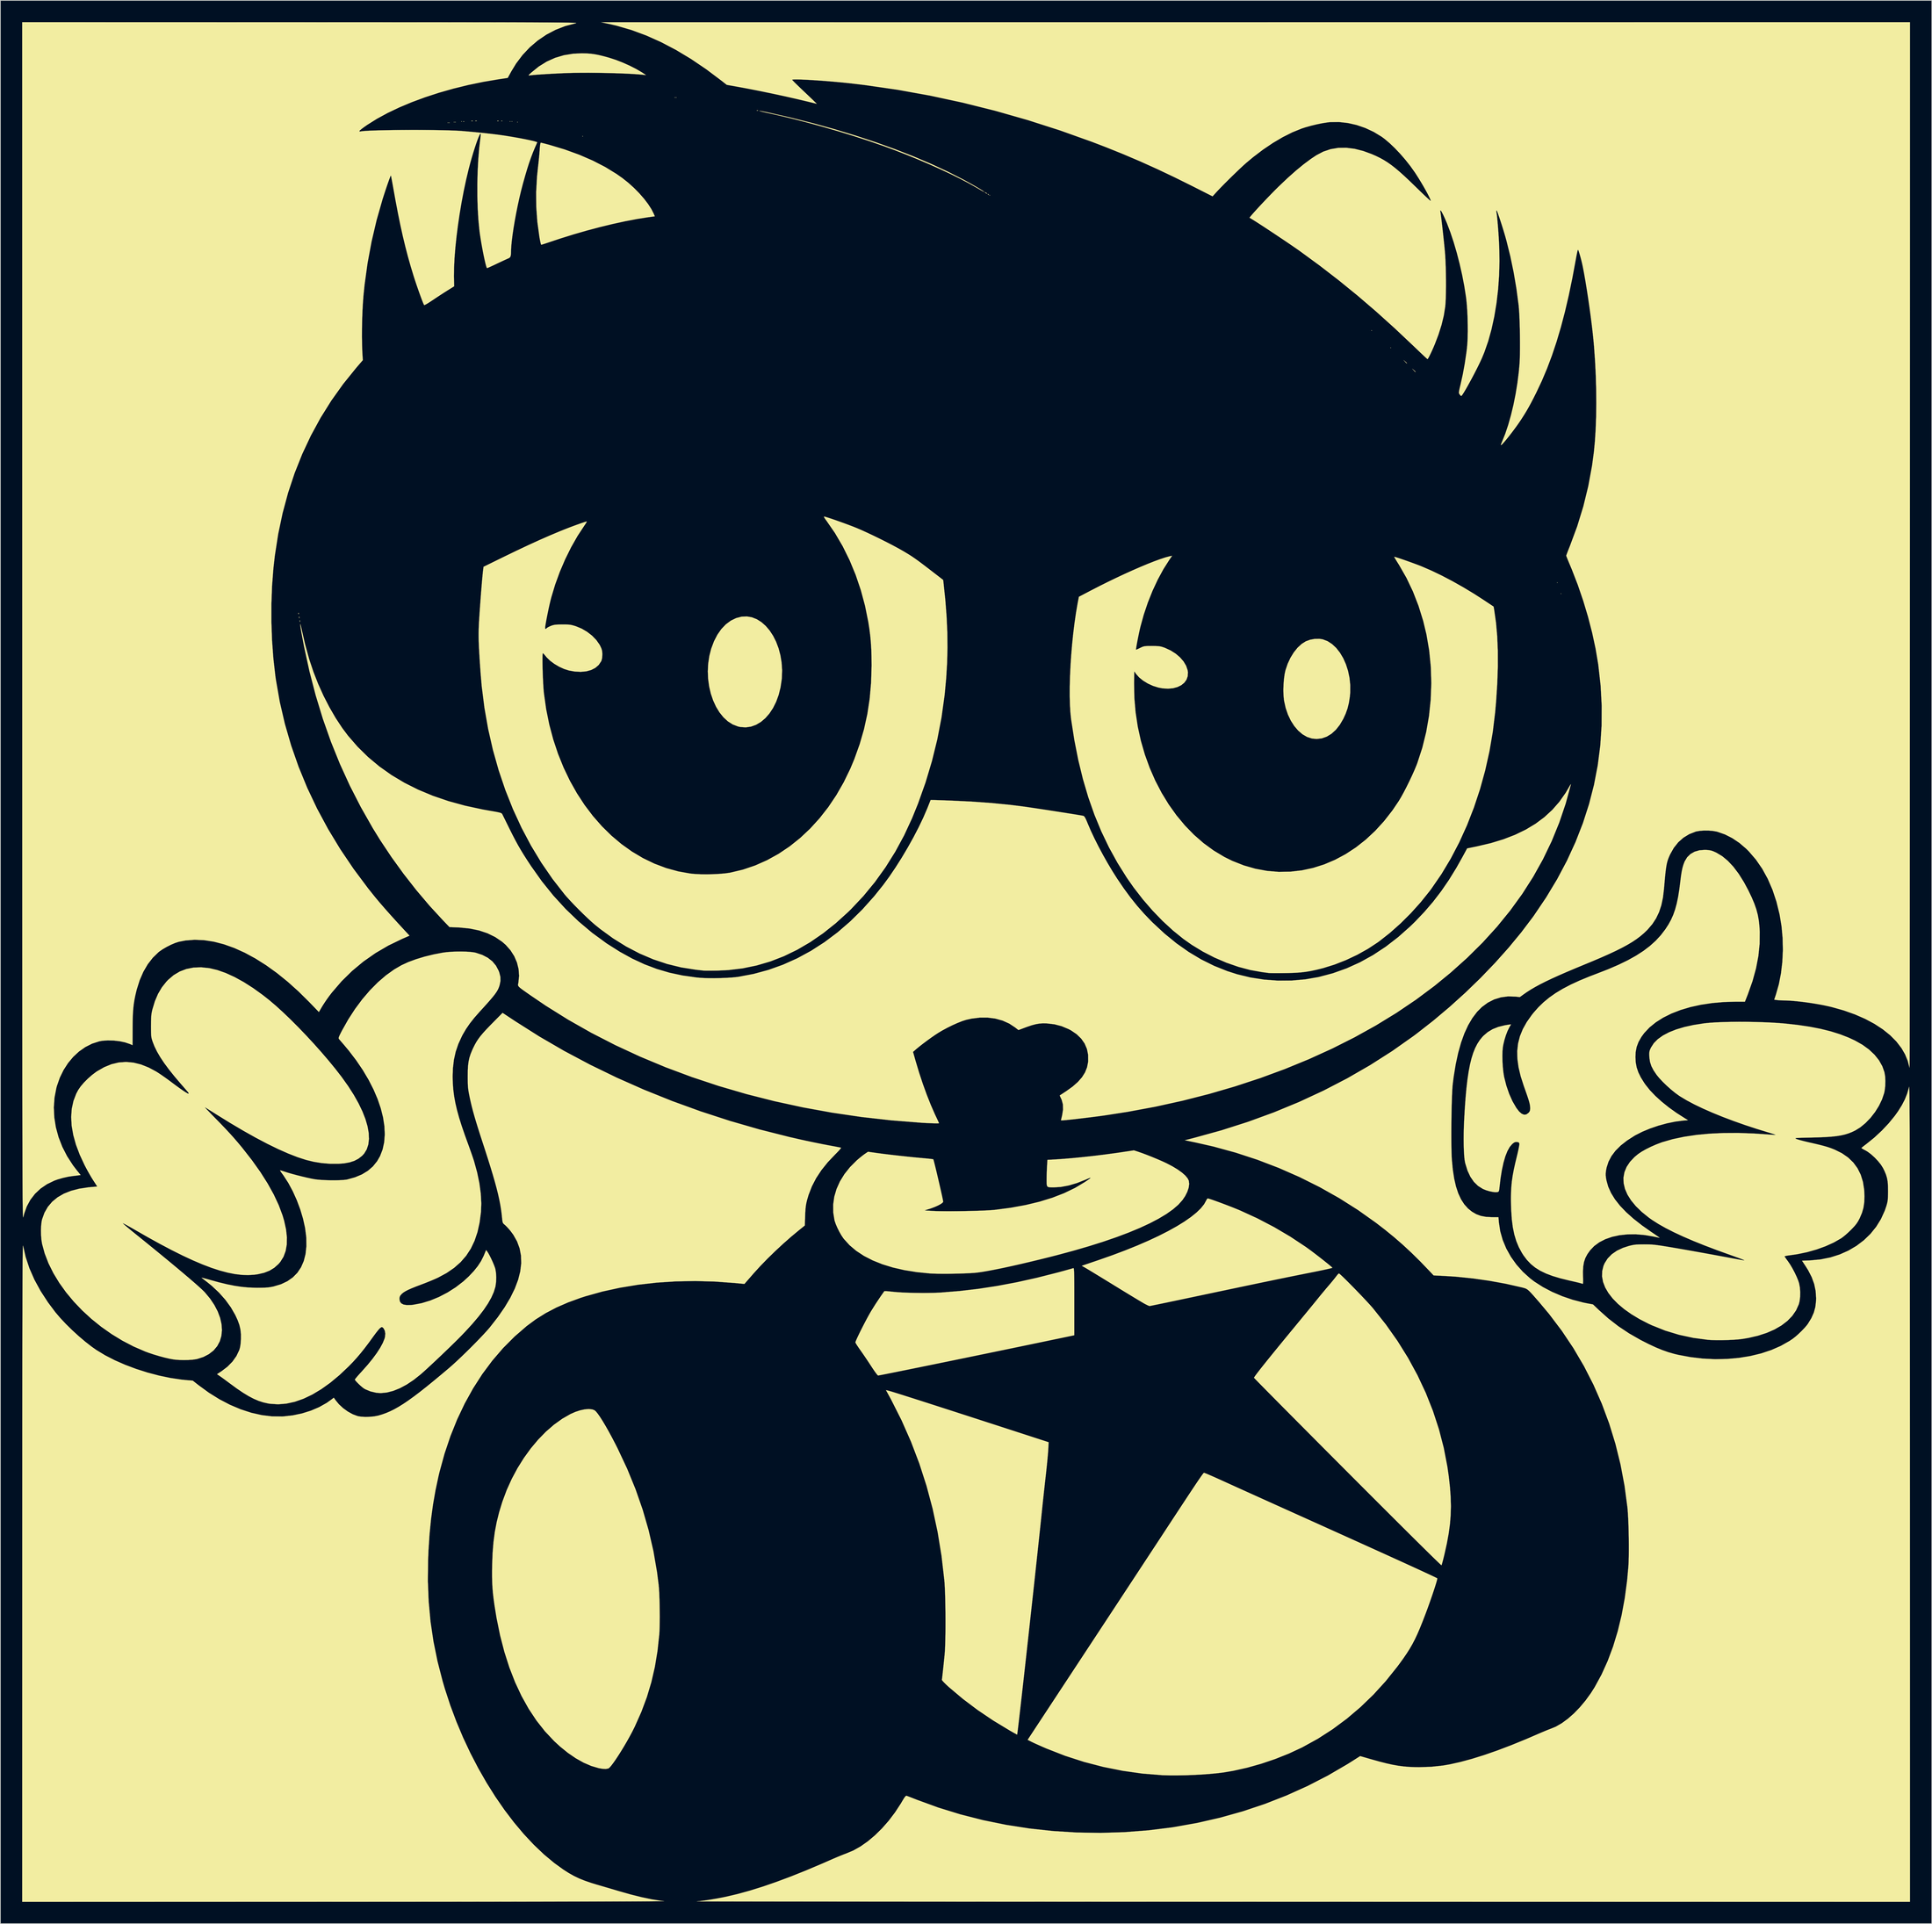
<source format=kicad_pcb>
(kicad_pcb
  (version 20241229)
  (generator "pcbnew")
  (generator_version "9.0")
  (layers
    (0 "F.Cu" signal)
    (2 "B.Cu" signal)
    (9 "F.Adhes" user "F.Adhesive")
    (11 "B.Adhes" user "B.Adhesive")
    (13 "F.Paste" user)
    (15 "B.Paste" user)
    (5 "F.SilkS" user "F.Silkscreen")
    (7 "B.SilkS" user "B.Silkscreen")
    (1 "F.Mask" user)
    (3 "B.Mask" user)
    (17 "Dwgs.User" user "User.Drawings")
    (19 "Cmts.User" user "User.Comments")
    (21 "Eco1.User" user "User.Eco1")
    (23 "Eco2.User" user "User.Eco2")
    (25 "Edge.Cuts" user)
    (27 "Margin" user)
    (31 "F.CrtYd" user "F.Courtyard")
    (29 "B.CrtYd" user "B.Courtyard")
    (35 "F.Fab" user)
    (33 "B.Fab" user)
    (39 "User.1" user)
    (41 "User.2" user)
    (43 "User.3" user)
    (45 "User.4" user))
  (footprint "LogoEstrella"
    (layer "F.Cu")
    (at 129.968 129.376)
    (property "Reference" "LogoEstrella" (at 0 0 0) (layer "F.SilkS") (effects (font (size 1.524 1.524) (thickness 0.3))))
    (attr through_hole)
    (fp_poly (pts (xy -71.289 -115.528) (xy -71.332 -115.485) (xy -71.374 -115.528) (xy -71.332 -115.57) (xy -71.289 -115.528)) (stroke (width 0.01) (type solid)) (fill yes) (layer "F.SilkS"))
    (fp_poly (pts (xy -71.12 -115.528) (xy -71.162 -115.485) (xy -71.205 -115.528) (xy -71.162 -115.57) (xy -71.12 -115.528)) (stroke (width 0.01) (type solid)) (fill yes) (layer "F.SilkS"))
    (fp_poly (pts (xy -70.443 -115.612) (xy -70.485 -115.57) (xy -70.527 -115.612) (xy -70.485 -115.655) (xy -70.443 -115.612)) (stroke (width 0.01) (type solid)) (fill yes) (layer "F.SilkS"))
    (fp_poly (pts (xy -70.273 -115.612) (xy -70.316 -115.57) (xy -70.358 -115.612) (xy -70.316 -115.655) (xy -70.273 -115.612)) (stroke (width 0.01) (type solid)) (fill yes) (layer "F.SilkS"))
    (fp_poly (pts (xy -69.427 -115.697) (xy -69.469 -115.655) (xy -69.511 -115.697) (xy -69.469 -115.739) (xy -69.427 -115.697)) (stroke (width 0.01) (type solid)) (fill yes) (layer "F.SilkS"))
    (fp_poly (pts (xy -62.738 -115.697) (xy -62.78 -115.655) (xy -62.823 -115.697) (xy -62.78 -115.739) (xy -62.738 -115.697)) (stroke (width 0.01) (type solid)) (fill yes) (layer "F.SilkS"))
    (fp_poly (pts (xy -62.484 -115.697) (xy -62.526 -115.655) (xy -62.569 -115.697) (xy -62.526 -115.739) (xy -62.484 -115.697)) (stroke (width 0.01) (type solid)) (fill yes) (layer "F.SilkS"))
    (fp_poly (pts (xy -61.722 -115.612) (xy -61.764 -115.57) (xy -61.807 -115.612) (xy -61.764 -115.655) (xy -61.722 -115.612)) (stroke (width 0.01) (type solid)) (fill yes) (layer "F.SilkS"))
    (fp_poly (pts (xy -52.747 -113.665) (xy -52.79 -113.623) (xy -52.832 -113.665) (xy -52.79 -113.707) (xy -52.747 -113.665)) (stroke (width 0.01) (type solid)) (fill yes) (layer "F.SilkS"))
    (fp_poly (pts (xy -40.047 -118.999) (xy -40.09 -118.957) (xy -40.132 -118.999) (xy -40.09 -119.041) (xy -40.047 -118.999)) (stroke (width 0.01) (type solid)) (fill yes) (layer "F.SilkS"))
    (fp_poly (pts (xy -39.878 -118.999) (xy -39.92 -118.957) (xy -39.963 -118.999) (xy -39.92 -119.041) (xy -39.878 -118.999)) (stroke (width 0.01) (type solid)) (fill yes) (layer "F.SilkS"))
    (fp_poly (pts (xy 3.302 -105.537) (xy 3.26 -105.495) (xy 3.217 -105.537) (xy 3.26 -105.579) (xy 3.302 -105.537)) (stroke (width 0.01) (type solid)) (fill yes) (layer "F.SilkS"))
    (fp_poly (pts (xy 55.88 -86.91) (xy 55.838 -86.868) (xy 55.795 -86.91) (xy 55.838 -86.953) (xy 55.88 -86.91)) (stroke (width 0.01) (type solid)) (fill yes) (layer "F.SilkS"))
    (fp_poly (pts (xy 58.505 -84.54) (xy 58.462 -84.497) (xy 58.42 -84.54) (xy 58.462 -84.582) (xy 58.505 -84.54)) (stroke (width 0.01) (type solid)) (fill yes) (layer "F.SilkS"))
    (fp_poly (pts (xy 81.449 -52.197) (xy 81.407 -52.155) (xy 81.365 -52.197) (xy 81.407 -52.239) (xy 81.449 -52.197)) (stroke (width 0.01) (type solid)) (fill yes) (layer "F.SilkS"))
    (fp_poly (pts (xy 81.957 -50.673) (xy 81.915 -50.631) (xy 81.873 -50.673) (xy 81.915 -50.715) (xy 81.957 -50.673)) (stroke (width 0.01) (type solid)) (fill yes) (layer "F.SilkS"))
    (fp_poly (pts (xy -91.89 -48.022) (xy -91.88 -47.89) (xy -91.897 -47.86) (xy -91.935 -47.885) (xy -91.941 -47.971) (xy -91.921 -48.061) (xy -91.89 -48.022)) (stroke (width 0.01) (type solid)) (fill yes) (layer "F.SilkS"))
    (fp_poly (pts (xy -91.807 -47.519) (xy -91.796 -47.346) (xy -91.807 -47.307) (xy -91.838 -47.297) (xy -91.85 -47.413) (xy -91.837 -47.534) (xy -91.807 -47.519)) (stroke (width 0.01) (type solid)) (fill yes) (layer "F.SilkS"))
    (fp_poly (pts (xy -91.723 -47.011) (xy -91.711 -46.838) (xy -91.723 -46.8) (xy -91.753 -46.789) (xy -91.765 -46.905) (xy -91.752 -47.026) (xy -91.723 -47.011)) (stroke (width 0.01) (type solid)) (fill yes) (layer "F.SilkS"))
    (fp_poly (pts (xy -69.116 -115.711) (xy -69.128 -115.661) (xy -69.173 -115.655) (xy -69.242 -115.686) (xy -69.229 -115.711) (xy -69.129 -115.721) (xy -69.116 -115.711)) (stroke (width 0.01) (type solid)) (fill yes) (layer "F.SilkS"))
    (fp_poly (pts (xy -67.926 -115.79) (xy -67.951 -115.752) (xy -68.037 -115.746) (xy -68.127 -115.767) (xy -68.088 -115.797) (xy -67.956 -115.807) (xy -67.926 -115.79)) (stroke (width 0.01) (type solid)) (fill yes) (layer "F.SilkS"))
    (fp_poly (pts (xy -67.374 -115.795) (xy -67.363 -115.765) (xy -67.479 -115.753) (xy -67.6 -115.766) (xy -67.585 -115.795) (xy -67.412 -115.807) (xy -67.374 -115.795)) (stroke (width 0.01) (type solid)) (fill yes) (layer "F.SilkS"))
    (fp_poly (pts (xy -64.37 -115.79) (xy -64.395 -115.752) (xy -64.481 -115.746) (xy -64.571 -115.767) (xy -64.532 -115.797) (xy -64.4 -115.807) (xy -64.37 -115.79)) (stroke (width 0.01) (type solid)) (fill yes) (layer "F.SilkS"))
    (fp_poly (pts (xy -63.867 -115.796) (xy -63.879 -115.745) (xy -63.923 -115.739) (xy -63.993 -115.77) (xy -63.98 -115.796) (xy -63.879 -115.806) (xy -63.867 -115.796)) (stroke (width 0.01) (type solid)) (fill yes) (layer "F.SilkS"))
    (fp_poly (pts (xy -28.64 -117.23) (xy -28.666 -117.191) (xy -28.751 -117.185) (xy -28.842 -117.206) (xy -28.803 -117.237) (xy -28.67 -117.247) (xy -28.64 -117.23)) (stroke (width 0.01) (type solid)) (fill yes) (layer "F.SilkS"))
    (fp_poly (pts (xy 3.035 -105.714) (xy 3.126 -105.629) (xy 3.107 -105.58) (xy 3.095 -105.579) (xy 3.024 -105.639) (xy 2.998 -105.677) (xy 2.988 -105.735) (xy 3.035 -105.714)) (stroke (width 0.01) (type solid)) (fill yes) (layer "F.SilkS"))
    (fp_poly (pts (xy 2.584 -105.969) (xy 2.688 -105.92) (xy 2.832 -105.836) (xy 2.879 -105.788) (xy 2.852 -105.753) (xy 2.75 -105.812) (xy 2.662 -105.88) (xy 2.553 -105.971) (xy 2.584 -105.969)) (stroke (width 0.01) (type solid)) (fill yes) (layer "F.SilkS"))
    (fp_poly (pts (xy 60.473 -82.641) (xy 60.625 -82.5) (xy 60.703 -82.415) (xy 60.706 -82.408) (xy 60.675 -82.386) (xy 60.57 -82.477) (xy 60.446 -82.614) (xy 60.24 -82.846) (xy 60.473 -82.641)) (stroke (width 0.01) (type solid)) (fill yes) (layer "F.SilkS"))
    (fp_poly (pts (xy 61.658 -81.456) (xy 61.81 -81.315) (xy 61.889 -81.23) (xy 61.891 -81.223) (xy 61.86 -81.201) (xy 61.756 -81.292) (xy 61.631 -81.428) (xy 61.426 -81.661) (xy 61.658 -81.456)) (stroke (width 0.01) (type solid)) (fill yes) (layer "F.SilkS"))
    (fp_poly (pts (xy -52.277 -125.072) (xy -51.689 -125.03) (xy -51.109 -124.951) (xy -50.494 -124.829) (xy -49.8 -124.657) (xy -49.146 -124.475) (xy -48.227 -124.176) (xy -47.266 -123.802) (xy -46.312 -123.375) (xy -45.413 -122.917) (xy -44.617 -122.45) (xy -44.365 -122.284) (xy -44.069 -122.082) (xy -44.492 -122.13) (xy -45.102 -122.187) (xy -45.856 -122.239) (xy -46.727 -122.285) (xy -47.691 -122.324) (xy -48.721 -122.356) (xy -49.791 -122.381) (xy -50.877 -122.397) (xy -51.952 -122.405) (xy -52.991 -122.403) (xy -53.968 -122.392) (xy -54.857 -122.37) (xy -55.33 -122.353) (xy -56.186 -122.313) (xy -57.014 -122.27) (xy -57.79 -122.226) (xy -58.495 -122.182) (xy -59.105 -122.139) (xy -59.6 -122.098) (xy -59.957 -122.062) (xy -60.071 -122.046) (xy -60.193 -122.033) (xy -60.23 -122.057) (xy -60.171 -122.139) (xy -60.004 -122.3) (xy -59.859 -122.433) (xy -58.831 -123.266) (xy -57.74 -123.942) (xy -56.587 -124.461) (xy -55.369 -124.824) (xy -54.083 -125.031) (xy -52.917 -125.086) (xy -52.277 -125.072)) (stroke (width 0.01) (type solid)) (fill yes) (layer "F.SilkS"))
    (fp_poly (pts (xy -29.493 -47.424) (xy -28.818 -47.158) (xy -28.181 -46.758) (xy -27.589 -46.235) (xy -27.049 -45.602) (xy -26.57 -44.87) (xy -26.158 -44.05) (xy -25.821 -43.155) (xy -25.566 -42.195) (xy -25.401 -41.182) (xy -25.333 -40.128) (xy -25.37 -39.044) (xy -25.385 -38.883) (xy -25.549 -37.774) (xy -25.808 -36.74) (xy -26.155 -35.791) (xy -26.581 -34.936) (xy -27.078 -34.183) (xy -27.637 -33.542) (xy -28.251 -33.021) (xy -28.91 -32.629) (xy -29.607 -32.376) (xy -30.333 -32.27) (xy -31.08 -32.321) (xy -31.409 -32.394) (xy -32.131 -32.673) (xy -32.799 -33.099) (xy -33.407 -33.658) (xy -33.951 -34.332) (xy -34.424 -35.109) (xy -34.822 -35.972) (xy -35.14 -36.906) (xy -35.373 -37.897) (xy -35.514 -38.929) (xy -35.56 -39.987) (xy -35.505 -41.055) (xy -35.343 -42.12) (xy -35.092 -43.096) (xy -34.708 -44.12) (xy -34.24 -45.027) (xy -33.694 -45.807) (xy -33.076 -46.454) (xy -32.396 -46.96) (xy -31.659 -47.317) (xy -30.926 -47.508) (xy -30.198 -47.545) (xy -29.493 -47.424)) (stroke (width 0.01) (type solid)) (fill yes) (layer "F.SilkS"))
    (fp_poly (pts (xy 49.107 -44.391) (xy 49.773 -44.136) (xy 50.396 -43.732) (xy 50.968 -43.195) (xy 51.481 -42.541) (xy 51.928 -41.787) (xy 52.3 -40.949) (xy 52.59 -40.044) (xy 52.79 -39.087) (xy 52.893 -38.095) (xy 52.891 -37.084) (xy 52.838 -36.491) (xy 52.704 -35.632) (xy 52.518 -34.874) (xy 52.261 -34.152) (xy 51.935 -33.441) (xy 51.452 -32.617) (xy 50.907 -31.931) (xy 50.307 -31.389) (xy 49.66 -30.995) (xy 48.976 -30.754) (xy 48.262 -30.673) (xy 47.613 -30.737) (xy 46.949 -30.953) (xy 46.316 -31.321) (xy 45.726 -31.828) (xy 45.19 -32.457) (xy 44.717 -33.195) (xy 44.32 -34.026) (xy 44.008 -34.935) (xy 43.792 -35.907) (xy 43.769 -36.058) (xy 43.708 -36.692) (xy 43.69 -37.418) (xy 43.712 -38.183) (xy 43.772 -38.934) (xy 43.867 -39.619) (xy 43.979 -40.132) (xy 44.28 -41.023) (xy 44.668 -41.853) (xy 45.129 -42.6) (xy 45.648 -43.242) (xy 46.209 -43.758) (xy 46.773 -44.115) (xy 47.367 -44.335) (xy 48.017 -44.453) (xy 48.659 -44.462) (xy 49.107 -44.391)) (stroke (width 0.01) (type solid)) (fill yes) (layer "F.SilkS"))
    (fp_poly (pts (xy -28.358 -117.151) (xy -28.117 -117.112) (xy -27.773 -117.047) (xy -27.358 -116.962) (xy -27.167 -116.921) (xy -24.076 -116.214) (xy -21.047 -115.448) (xy -18.091 -114.628) (xy -15.219 -113.757) (xy -12.443 -112.841) (xy -9.773 -111.882) (xy -7.22 -110.884) (xy -4.795 -109.852) (xy -2.51 -108.789) (xy -0.375 -107.7) (xy 0.821 -107.039) (xy 1.395 -106.709) (xy 1.855 -106.436) (xy 2.193 -106.227) (xy 2.401 -106.085) (xy 2.471 -106.016) (xy 2.455 -106.01) (xy 2.37 -106.052) (xy 2.169 -106.164) (xy 1.88 -106.329) (xy 1.532 -106.533) (xy 1.482 -106.562) (xy 0.409 -107.168) (xy -0.806 -107.806) (xy -2.141 -108.466) (xy -3.573 -109.138) (xy -5.081 -109.813) (xy -6.643 -110.481) (xy -8.237 -111.131) (xy -9.84 -111.754) (xy -11.303 -112.294) (xy -13.27 -112.977) (xy -15.35 -113.656) (xy -17.505 -114.32) (xy -19.694 -114.957) (xy -21.877 -115.556) (xy -24.015 -116.105) (xy -26.068 -116.593) (xy -27.25 -116.854) (xy -27.685 -116.949) (xy -28.048 -117.034) (xy -28.312 -117.102) (xy -28.453 -117.146) (xy -28.467 -117.158) (xy -28.358 -117.151)) (stroke (width 0.01) (type solid)) (fill yes) (layer "F.SilkS"))
    (fp_poly (pts (xy -58.441 -112.755) (xy -58.199 -112.696) (xy -57.862 -112.609) (xy -57.463 -112.503) (xy -57.403 -112.486) (xy -55.258 -111.839) (xy -53.255 -111.112) (xy -51.398 -110.308) (xy -49.687 -109.426) (xy -48.125 -108.467) (xy -47.317 -107.898) (xy -46.513 -107.259) (xy -45.737 -106.559) (xy -45.01 -105.822) (xy -44.352 -105.07) (xy -43.783 -104.327) (xy -43.323 -103.616) (xy -42.992 -102.96) (xy -42.986 -102.946) (xy -42.86 -102.64) (xy -43.888 -102.496) (xy -45.366 -102.261) (xy -46.965 -101.955) (xy -48.656 -101.586) (xy -50.408 -101.161) (xy -52.194 -100.687) (xy -53.983 -100.173) (xy -55.746 -99.624) (xy -56.671 -99.318) (xy -57.188 -99.144) (xy -57.651 -98.99) (xy -58.037 -98.864) (xy -58.32 -98.773) (xy -58.477 -98.726) (xy -58.5 -98.721) (xy -58.538 -98.8) (xy -58.594 -99.014) (xy -58.661 -99.334) (xy -58.733 -99.728) (xy -58.746 -99.801) (xy -59.029 -101.877) (xy -59.178 -103.932) (xy -59.192 -105.999) (xy -59.073 -108.115) (xy -58.936 -109.432) (xy -58.871 -110) (xy -58.81 -110.597) (xy -58.756 -111.167) (xy -58.717 -111.651) (xy -58.706 -111.823) (xy -58.67 -112.278) (xy -58.628 -112.592) (xy -58.58 -112.755) (xy -58.555 -112.776) (xy -58.441 -112.755)) (stroke (width 0.01) (type solid)) (fill yes) (layer "F.SilkS"))
    (fp_poly (pts (xy 14.805 42.2) (xy 14.828 42.253) (xy 14.847 42.363) (xy 14.862 42.542) (xy 14.875 42.805) (xy 14.884 43.162) (xy 14.891 43.626) (xy 14.896 44.21) (xy 14.899 44.927) (xy 14.901 45.788) (xy 14.901 46.79) (xy 14.901 51.435) (xy 12.34 51.97) (xy 10.907 52.269) (xy 9.442 52.574) (xy 7.955 52.883) (xy 6.455 53.194) (xy 4.952 53.505) (xy 3.455 53.814) (xy 1.974 54.12) (xy 0.516 54.42) (xy -0.907 54.713) (xy -2.288 54.997) (xy -3.616 55.269) (xy -4.882 55.528) (xy -6.078 55.772) (xy -7.193 55.999) (xy -8.219 56.208) (xy -9.146 56.395) (xy -9.964 56.56) (xy -10.665 56.7) (xy -11.24 56.814) (xy -11.678 56.9) (xy -11.971 56.955) (xy -12.109 56.978) (xy -12.117 56.978) (xy -12.199 56.909) (xy -12.354 56.72) (xy -12.564 56.434) (xy -12.813 56.073) (xy -13.039 55.729) (xy -13.37 55.223) (xy -13.736 54.675) (xy -14.101 54.138) (xy -14.427 53.669) (xy -14.54 53.509) (xy -14.792 53.15) (xy -15.003 52.834) (xy -15.156 52.588) (xy -15.233 52.441) (xy -15.239 52.419) (xy -15.201 52.287) (xy -15.094 52.03) (xy -14.931 51.671) (xy -14.722 51.235) (xy -14.48 50.745) (xy -14.217 50.224) (xy -13.944 49.696) (xy -13.674 49.185) (xy -13.418 48.715) (xy -13.189 48.308) (xy -13.086 48.133) (xy -12.466 47.141) (xy -11.786 46.119) (xy -11.261 45.374) (xy -11.165 45.36) (xy -10.936 45.368) (xy -10.61 45.394) (xy -10.245 45.434) (xy -9.635 45.493) (xy -8.893 45.542) (xy -8.055 45.579) (xy -7.157 45.604) (xy -6.237 45.616) (xy -5.331 45.615) (xy -4.474 45.599) (xy -3.705 45.569) (xy -3.514 45.557) (xy -0.925 45.349) (xy 1.67 45.046) (xy 4.295 44.644) (xy 6.972 44.14) (xy 9.723 43.529) (xy 12.572 42.807) (xy 13.106 42.663) (xy 13.6 42.528) (xy 14.041 42.405) (xy 14.404 42.303) (xy 14.658 42.23) (xy 14.778 42.193) (xy 14.779 42.193) (xy 14.805 42.2)) (stroke (width 0.01) (type solid)) (fill yes) (layer "F.SilkS"))
    (fp_poly (pts (xy -51.475 61.644) (xy -51.154 61.767) (xy -50.963 61.935) (xy -50.71 62.246) (xy -50.402 62.685) (xy -50.046 63.243) (xy -49.65 63.905) (xy -49.221 64.661) (xy -48.767 65.497) (xy -48.294 66.402) (xy -47.985 67.014) (xy -46.667 69.82) (xy -45.517 72.631) (xy -44.533 75.452) (xy -43.712 78.291) (xy -43.054 81.152) (xy -42.556 84.042) (xy -42.331 85.81) (xy -42.288 86.313) (xy -42.251 86.95) (xy -42.221 87.688) (xy -42.199 88.491) (xy -42.186 89.324) (xy -42.181 90.153) (xy -42.185 90.944) (xy -42.198 91.661) (xy -42.221 92.27) (xy -42.242 92.589) (xy -42.487 94.89) (xy -42.85 97.087) (xy -43.338 99.205) (xy -43.957 101.266) (xy -44.714 103.295) (xy -45.614 105.314) (xy -45.681 105.452) (xy -45.991 106.068) (xy -46.339 106.716) (xy -46.711 107.38) (xy -47.098 108.041) (xy -47.487 108.682) (xy -47.868 109.284) (xy -48.228 109.829) (xy -48.556 110.299) (xy -48.841 110.677) (xy -49.072 110.944) (xy -49.237 111.082) (xy -49.257 111.091) (xy -49.617 111.156) (xy -50.114 111.127) (xy -50.588 111.042) (xy -51.607 110.743) (xy -52.66 110.288) (xy -53.735 109.686) (xy -54.82 108.943) (xy -55.902 108.068) (xy -56.715 107.319) (xy -57.979 105.975) (xy -59.149 104.491) (xy -60.224 102.869) (xy -61.205 101.112) (xy -62.089 99.22) (xy -62.877 97.196) (xy -63.567 95.042) (xy -64.158 92.759) (xy -64.65 90.35) (xy -64.932 88.604) (xy -65.051 87.742) (xy -65.141 86.967) (xy -65.205 86.236) (xy -65.245 85.504) (xy -65.264 84.729) (xy -65.265 83.867) (xy -65.252 83.016) (xy -65.19 81.403) (xy -65.069 79.914) (xy -64.883 78.509) (xy -64.624 77.151) (xy -64.288 75.802) (xy -63.867 74.424) (xy -63.833 74.322) (xy -63.241 72.735) (xy -62.543 71.198) (xy -61.752 69.724) (xy -60.876 68.325) (xy -59.927 67.015) (xy -58.914 65.808) (xy -57.849 64.716) (xy -56.741 63.754) (xy -55.601 62.935) (xy -54.479 62.291) (xy -53.801 61.991) (xy -53.137 61.772) (xy -52.511 61.639) (xy -51.949 61.595) (xy -51.475 61.644)) (stroke (width 0.01) (type solid)) (fill yes) (layer "F.SilkS"))
    (fp_poly (pts (xy 33.405 32.627) (xy 33.672 32.71) (xy 34.048 32.839) (xy 34.508 33.003) (xy 35.028 33.193) (xy 35.583 33.401) (xy 36.149 33.618) (xy 36.703 33.834) (xy 37.219 34.041) (xy 37.673 34.229) (xy 37.734 34.255) (xy 40.092 35.336) (xy 42.404 36.543) (xy 44.634 37.857) (xy 46.749 39.258) (xy 47.065 39.483) (xy 47.408 39.733) (xy 47.806 40.032) (xy 48.238 40.361) (xy 48.682 40.705) (xy 49.118 41.046) (xy 49.524 41.369) (xy 49.881 41.657) (xy 50.166 41.893) (xy 50.36 42.061) (xy 50.44 42.144) (xy 50.44 42.145) (xy 50.365 42.175) (xy 50.143 42.233) (xy 49.791 42.315) (xy 49.329 42.417) (xy 48.776 42.534) (xy 48.15 42.662) (xy 47.562 42.78) (xy 46.799 42.931) (xy 46.019 43.087) (xy 45.208 43.25) (xy 44.357 43.423) (xy 43.452 43.608) (xy 42.482 43.808) (xy 41.436 44.025) (xy 40.301 44.261) (xy 39.067 44.519) (xy 37.72 44.801) (xy 36.25 45.111) (xy 34.645 45.449) (xy 32.893 45.819) (xy 31.788 46.052) (xy 30.769 46.267) (xy 29.797 46.472) (xy 28.886 46.664) (xy 28.047 46.84) (xy 27.294 46.997) (xy 26.641 47.133) (xy 26.098 47.245) (xy 25.68 47.331) (xy 25.399 47.388) (xy 25.268 47.412) (xy 25.26 47.413) (xy 25.147 47.376) (xy 24.929 47.277) (xy 24.651 47.137) (xy 24.612 47.116) (xy 24.428 47.013) (xy 24.118 46.83) (xy 23.696 46.579) (xy 23.18 46.268) (xy 22.586 45.908) (xy 21.93 45.51) (xy 21.23 45.082) (xy 20.502 44.634) (xy 20.429 44.59) (xy 19.704 44.144) (xy 19.009 43.718) (xy 18.361 43.322) (xy 17.776 42.965) (xy 17.269 42.657) (xy 16.857 42.407) (xy 16.555 42.226) (xy 16.379 42.123) (xy 16.366 42.116) (xy 15.927 41.872) (xy 18.314 41.06) (xy 20.166 40.408) (xy 21.919 39.748) (xy 23.568 39.083) (xy 25.108 38.416) (xy 26.532 37.75) (xy 27.834 37.088) (xy 29.01 36.434) (xy 30.053 35.79) (xy 30.958 35.16) (xy 31.718 34.548) (xy 32.329 33.956) (xy 32.783 33.387) (xy 33.063 32.878) (xy 33.164 32.692) (xy 33.258 32.599) (xy 33.271 32.597) (xy 33.405 32.627)) (stroke (width 0.01) (type solid)) (fill yes) (layer "F.SilkS"))
    (fp_poly (pts (xy 51.426 42.985) (xy 51.616 43.152) (xy 51.892 43.412) (xy 52.237 43.748) (xy 52.636 44.146) (xy 53.075 44.589) (xy 53.538 45.061) (xy 54.009 45.547) (xy 54.473 46.032) (xy 54.915 46.5) (xy 55.32 46.934) (xy 55.672 47.32) (xy 55.956 47.642) (xy 56.035 47.736) (xy 57.791 49.945) (xy 59.396 52.218) (xy 60.85 54.551) (xy 62.15 56.939) (xy 63.294 59.377) (xy 64.279 61.86) (xy 65.105 64.385) (xy 65.769 66.945) (xy 66.268 69.537) (xy 66.458 70.866) (xy 66.62 72.329) (xy 66.719 73.686) (xy 66.754 74.971) (xy 66.72 76.221) (xy 66.618 77.47) (xy 66.443 78.753) (xy 66.195 80.107) (xy 65.87 81.567) (xy 65.776 81.957) (xy 65.674 82.364) (xy 65.581 82.713) (xy 65.508 82.971) (xy 65.463 83.103) (xy 65.46 83.109) (xy 65.396 83.06) (xy 65.216 82.895) (xy 64.927 82.619) (xy 64.532 82.236) (xy 64.036 81.752) (xy 63.445 81.17) (xy 62.761 80.496) (xy 61.991 79.734) (xy 61.138 78.888) (xy 60.208 77.963) (xy 59.205 76.964) (xy 58.133 75.895) (xy 56.997 74.761) (xy 55.803 73.567) (xy 54.553 72.317) (xy 53.254 71.015) (xy 52.536 70.295) (xy 51.304 69.058) (xy 50.103 67.854) (xy 48.94 66.686) (xy 47.82 65.56) (xy 46.749 64.482) (xy 45.73 63.457) (xy 44.772 62.492) (xy 43.877 61.591) (xy 43.053 60.759) (xy 42.305 60.004) (xy 41.638 59.329) (xy 41.057 58.741) (xy 40.569 58.244) (xy 40.178 57.846) (xy 39.89 57.55) (xy 39.71 57.363) (xy 39.644 57.29) (xy 39.644 57.289) (xy 39.691 57.193) (xy 39.846 56.969) (xy 40.106 56.622) (xy 40.469 56.153) (xy 40.934 55.565) (xy 41.498 54.861) (xy 42.159 54.043) (xy 42.916 53.114) (xy 43.766 52.075) (xy 44.708 50.931) (xy 45.165 50.377) (xy 45.71 49.716) (xy 46.246 49.064) (xy 46.76 48.44) (xy 47.236 47.86) (xy 47.659 47.343) (xy 48.015 46.908) (xy 48.289 46.571) (xy 48.429 46.397) (xy 48.781 45.964) (xy 49.191 45.469) (xy 49.602 44.977) (xy 49.914 44.611) (xy 50.225 44.245) (xy 50.523 43.886) (xy 50.775 43.573) (xy 50.952 43.344) (xy 50.969 43.32) (xy 51.136 43.106) (xy 51.274 42.963) (xy 51.336 42.926) (xy 51.426 42.985)) (stroke (width 0.01) (type solid)) (fill yes) (layer "F.SilkS"))
    (fp_poly (pts (xy -10.765 59.052) (xy -10.632 59.087) (xy -10.404 59.153) (xy -10.076 59.252) (xy -9.645 59.385) (xy -9.107 59.553) (xy -8.458 59.758) (xy -7.695 60.001) (xy -6.814 60.282) (xy -5.81 60.604) (xy -4.681 60.967) (xy -3.422 61.373) (xy -2.03 61.822) (xy -0.501 62.317) (xy 1.168 62.857) (xy 2.982 63.445) (xy 4.944 64.081) (xy 7.059 64.768) (xy 9.329 65.505) (xy 10.277 65.813) (xy 11.367 66.167) (xy 11.309 67.225) (xy 11.284 67.588) (xy 11.242 68.086) (xy 11.186 68.687) (xy 11.12 69.356) (xy 11.046 70.061) (xy 10.969 70.769) (xy 10.958 70.866) (xy 10.87 71.644) (xy 10.777 72.489) (xy 10.682 73.352) (xy 10.592 74.184) (xy 10.512 74.938) (xy 10.456 75.48) (xy 10.365 76.358) (xy 10.263 77.337) (xy 10.15 78.407) (xy 10.027 79.559) (xy 9.896 80.783) (xy 9.758 82.069) (xy 9.613 83.408) (xy 9.464 84.789) (xy 9.31 86.203) (xy 9.153 87.64) (xy 8.994 89.091) (xy 8.834 90.546) (xy 8.675 91.995) (xy 8.516 93.428) (xy 8.36 94.835) (xy 8.208 96.208) (xy 8.06 97.535) (xy 7.918 98.808) (xy 7.782 100.016) (xy 7.654 101.15) (xy 7.535 102.201) (xy 7.425 103.158) (xy 7.327 104.011) (xy 7.241 104.751) (xy 7.168 105.369) (xy 7.109 105.854) (xy 7.065 106.196) (xy 7.038 106.387) (xy 7.029 106.425) (xy 6.943 106.384) (xy 6.74 106.274) (xy 6.447 106.111) (xy 6.093 105.91) (xy 6.011 105.863) (xy 3.719 104.473) (xy 1.576 103.026) (xy -0.433 101.512) (xy -2.321 99.922) (xy -2.455 99.802) (xy -2.774 99.506) (xy -3.04 99.242) (xy -3.23 99.034) (xy -3.322 98.905) (xy -3.327 98.883) (xy -3.3 98.677) (xy -3.26 98.335) (xy -3.211 97.894) (xy -3.156 97.387) (xy -3.099 96.848) (xy -3.043 96.312) (xy -2.993 95.813) (xy -2.951 95.385) (xy -2.946 95.335) (xy -2.909 94.817) (xy -2.88 94.157) (xy -2.857 93.38) (xy -2.842 92.513) (xy -2.834 91.581) (xy -2.833 90.612) (xy -2.839 89.632) (xy -2.851 88.666) (xy -2.87 87.742) (xy -2.896 86.885) (xy -2.928 86.121) (xy -2.966 85.478) (xy -2.991 85.175) (xy -3.379 81.808) (xy -3.917 78.521) (xy -4.605 75.309) (xy -5.444 72.169) (xy -6.435 69.098) (xy -7.579 66.094) (xy -8.877 63.153) (xy -10.33 60.272) (xy -10.734 59.532) (xy -11.032 58.994) (xy -10.765 59.052)) (stroke (width 0.01) (type solid)) (fill yes) (layer "F.SilkS"))
    (fp_poly (pts (xy 32.851 70.403) (xy 33.079 70.493) (xy 33.423 70.638) (xy 33.864 70.829) (xy 34.382 71.058) (xy 34.959 71.318) (xy 35.278 71.463) (xy 35.693 71.652) (xy 36.249 71.904) (xy 36.931 72.214) (xy 37.726 72.574) (xy 38.62 72.978) (xy 39.598 73.42) (xy 40.647 73.894) (xy 41.753 74.393) (xy 42.902 74.912) (xy 44.081 75.443) (xy 45.274 75.981) (xy 46.269 76.429) (xy 48.536 77.451) (xy 50.658 78.409) (xy 52.637 79.302) (xy 54.47 80.131) (xy 56.157 80.895) (xy 57.698 81.593) (xy 59.091 82.226) (xy 60.337 82.794) (xy 61.433 83.294) (xy 62.379 83.729) (xy 63.175 84.096) (xy 63.82 84.396) (xy 64.313 84.628) (xy 64.653 84.792) (xy 64.84 84.888) (xy 64.877 84.911) (xy 64.87 85.009) (xy 64.813 85.245) (xy 64.71 85.599) (xy 64.569 86.053) (xy 64.396 86.585) (xy 64.198 87.176) (xy 63.981 87.805) (xy 63.753 88.453) (xy 63.52 89.098) (xy 63.288 89.723) (xy 63.247 89.831) (xy 62.845 90.873) (xy 62.479 91.78) (xy 62.134 92.58) (xy 61.795 93.3) (xy 61.448 93.966) (xy 61.078 94.607) (xy 60.671 95.249) (xy 60.213 95.919) (xy 59.688 96.645) (xy 59.35 97.098) (xy 57.777 99.061) (xy 56.094 100.908) (xy 54.309 102.631) (xy 52.432 104.225) (xy 50.47 105.681) (xy 48.432 106.994) (xy 46.326 108.155) (xy 46.179 108.229) (xy 44.414 109.048) (xy 42.554 109.787) (xy 40.64 110.435) (xy 38.712 110.979) (xy 36.811 111.404) (xy 35.518 111.626) (xy 34.639 111.737) (xy 33.631 111.835) (xy 32.534 111.916) (xy 31.386 111.979) (xy 30.228 112.022) (xy 29.099 112.043) (xy 28.039 112.042) (xy 27.087 112.015) (xy 26.966 112.009) (xy 24.267 111.791) (xy 21.562 111.41) (xy 18.873 110.871) (xy 16.22 110.179) (xy 13.623 109.339) (xy 11.102 108.355) (xy 11.026 108.322) (xy 10.518 108.103) (xy 10.023 107.884) (xy 9.578 107.684) (xy 9.221 107.518) (xy 9.02 107.421) (xy 8.478 107.146) (xy 16.052 95.631) (xy 16.963 94.246) (xy 17.897 92.826) (xy 18.845 91.385) (xy 19.797 89.936) (xy 20.745 88.494) (xy 21.68 87.071) (xy 22.593 85.682) (xy 23.475 84.34) (xy 24.316 83.058) (xy 25.109 81.851) (xy 25.844 80.732) (xy 26.513 79.714) (xy 27.105 78.811) (xy 27.583 78.082) (xy 28.391 76.849) (xy 29.113 75.75) (xy 29.752 74.779) (xy 30.313 73.927) (xy 30.801 73.188) (xy 31.221 72.554) (xy 31.579 72.018) (xy 31.878 71.572) (xy 32.125 71.21) (xy 32.323 70.924) (xy 32.478 70.706) (xy 32.594 70.549) (xy 32.677 70.447) (xy 32.732 70.391) (xy 32.756 70.375) (xy 32.851 70.403)) (stroke (width 0.01) (type solid)) (fill yes) (layer "F.SilkS"))
    (fp_poly (pts (xy 23.681 26.164) (xy 24.249 26.361) (xy 24.917 26.612) (xy 25.635 26.897) (xy 26.352 27.194) (xy 27.016 27.483) (xy 27.577 27.743) (xy 28.406 28.175) (xy 29.124 28.609) (xy 29.722 29.037) (xy 30.187 29.449) (xy 30.508 29.839) (xy 30.666 30.162) (xy 30.718 30.603) (xy 30.646 31.12) (xy 30.458 31.685) (xy 30.164 32.27) (xy 29.784 32.831) (xy 29.216 33.463) (xy 28.48 34.098) (xy 27.58 34.735) (xy 26.519 35.374) (xy 25.3 36.013) (xy 23.923 36.652) (xy 22.394 37.288) (xy 20.713 37.921) (xy 18.884 38.55) (xy 16.909 39.173) (xy 14.791 39.79) (xy 12.532 40.399) (xy 11.642 40.627) (xy 10.187 40.99) (xy 8.789 41.328) (xy 7.461 41.639) (xy 6.213 41.921) (xy 5.059 42.171) (xy 4.01 42.385) (xy 3.078 42.563) (xy 2.276 42.701) (xy 1.616 42.796) (xy 1.228 42.838) (xy 0.633 42.879) (xy -0.073 42.913) (xy -0.855 42.94) (xy -1.675 42.958) (xy -2.499 42.969) (xy -3.289 42.97) (xy -4.01 42.962) (xy -4.625 42.943) (xy -4.995 42.923) (xy -6.8 42.742) (xy -8.494 42.47) (xy -10.072 42.108) (xy -11.529 41.66) (xy -12.859 41.126) (xy -14.059 40.509) (xy -15.122 39.811) (xy -16.043 39.034) (xy -16.818 38.18) (xy -16.9 38.075) (xy -17.172 37.67) (xy -17.454 37.175) (xy -17.719 36.644) (xy -17.941 36.13) (xy -18.093 35.686) (xy -18.115 35.603) (xy -18.289 34.522) (xy -18.298 33.439) (xy -18.145 32.361) (xy -17.833 31.297) (xy -17.367 30.258) (xy -16.749 29.252) (xy -15.983 28.289) (xy -15.072 27.377) (xy -14.975 27.29) (xy -14.648 27.012) (xy -14.305 26.737) (xy -14.009 26.514) (xy -13.942 26.468) (xy -13.504 26.169) (xy -12.361 26.332) (xy -11.691 26.422) (xy -10.892 26.522) (xy -10.005 26.627) (xy -9.071 26.733) (xy -8.13 26.834) (xy -7.222 26.927) (xy -6.388 27.007) (xy -5.982 27.043) (xy -5.509 27.086) (xy -5.098 27.127) (xy -4.777 27.163) (xy -4.574 27.191) (xy -4.517 27.205) (xy -4.483 27.3) (xy -4.418 27.537) (xy -4.327 27.893) (xy -4.215 28.345) (xy -4.088 28.87) (xy -3.952 29.444) (xy -3.811 30.045) (xy -3.671 30.649) (xy -3.537 31.233) (xy -3.415 31.775) (xy -3.31 32.25) (xy -3.228 32.636) (xy -3.174 32.909) (xy -3.153 33.047) (xy -3.153 33.056) (xy -3.246 33.19) (xy -3.475 33.358) (xy -3.817 33.546) (xy -4.245 33.74) (xy -4.735 33.928) (xy -4.995 34.016) (xy -5.715 34.247) (xy -4.657 34.315) (xy -4.167 34.338) (xy -3.542 34.352) (xy -2.81 34.359) (xy -1.999 34.359) (xy -1.137 34.353) (xy -0.252 34.34) (xy 0.628 34.322) (xy 1.475 34.299) (xy 2.262 34.271) (xy 2.96 34.239) (xy 3.541 34.203) (xy 3.937 34.169) (xy 6.133 33.882) (xy 8.19 33.508) (xy 10.108 33.047) (xy 11.885 32.499) (xy 13.52 31.865) (xy 15.011 31.145) (xy 16.35 30.345) (xy 16.758 30.069) (xy 17.023 29.878) (xy 17.145 29.77) (xy 17.126 29.742) (xy 16.966 29.791) (xy 16.666 29.913) (xy 16.468 30) (xy 15.273 30.473) (xy 14.13 30.811) (xy 13.052 31.011) (xy 12.117 31.072) (xy 11.691 31.07) (xy 11.402 31.049) (xy 11.225 30.982) (xy 11.132 30.839) (xy 11.096 30.595) (xy 11.091 30.22) (xy 11.091 30.018) (xy 11.097 29.504) (xy 11.112 28.93) (xy 11.134 28.39) (xy 11.146 28.176) (xy 11.2 27.285) (xy 12.225 27.227) (xy 13.424 27.146) (xy 14.75 27.033) (xy 16.164 26.894) (xy 17.629 26.732) (xy 19.106 26.551) (xy 20.555 26.355) (xy 21.353 26.239) (xy 23.106 25.976) (xy 23.681 26.164)) (stroke (width 0.01) (type solid)) (fill yes) (layer "F.SilkS"))
    (fp_poly (pts (xy 27.997 -55.358) (xy 27.169 -54.056) (xy 26.389 -52.617) (xy 25.668 -51.073) (xy 25.021 -49.452) (xy 24.46 -47.785) (xy 24.001 -46.118) (xy 23.905 -45.707) (xy 23.804 -45.244) (xy 23.703 -44.757) (xy 23.607 -44.275) (xy 23.523 -43.829) (xy 23.456 -43.445) (xy 23.41 -43.154) (xy 23.393 -42.984) (xy 23.397 -42.954) (xy 23.475 -42.98) (xy 23.665 -43.064) (xy 23.928 -43.19) (xy 23.96 -43.206) (xy 24.19 -43.317) (xy 24.382 -43.392) (xy 24.576 -43.439) (xy 24.815 -43.463) (xy 25.138 -43.472) (xy 25.588 -43.473) (xy 25.609 -43.473) (xy 26.077 -43.468) (xy 26.424 -43.454) (xy 26.696 -43.422) (xy 26.939 -43.367) (xy 27.203 -43.281) (xy 27.402 -43.207) (xy 28.174 -42.851) (xy 28.866 -42.411) (xy 29.461 -41.902) (xy 29.943 -41.343) (xy 30.295 -40.751) (xy 30.502 -40.142) (xy 30.543 -39.872) (xy 30.517 -39.322) (xy 30.346 -38.835) (xy 30.044 -38.418) (xy 29.625 -38.077) (xy 29.103 -37.822) (xy 28.494 -37.659) (xy 27.811 -37.596) (xy 27.07 -37.641) (xy 26.481 -37.75) (xy 25.741 -37.981) (xy 25.028 -38.307) (xy 24.378 -38.704) (xy 23.827 -39.151) (xy 23.432 -39.598) (xy 23.156 -39.982) (xy 23.13 -38.385) (xy 23.166 -36.348) (xy 23.338 -34.335) (xy 23.639 -32.353) (xy 24.066 -30.413) (xy 24.613 -28.523) (xy 25.275 -26.693) (xy 26.046 -24.931) (xy 26.923 -23.248) (xy 27.899 -21.652) (xy 28.97 -20.152) (xy 30.13 -18.758) (xy 31.375 -17.478) (xy 32.699 -16.322) (xy 34.098 -15.3) (xy 35.566 -14.42) (xy 36.661 -13.881) (xy 38.243 -13.257) (xy 39.839 -12.799) (xy 41.44 -12.505) (xy 43.042 -12.371) (xy 44.636 -12.396) (xy 46.216 -12.577) (xy 47.776 -12.912) (xy 49.309 -13.397) (xy 50.807 -14.032) (xy 52.264 -14.813) (xy 53.674 -15.737) (xy 55.029 -16.803) (xy 56.323 -18.009) (xy 57.549 -19.35) (xy 58.701 -20.826) (xy 59.577 -22.122) (xy 59.901 -22.666) (xy 60.266 -23.328) (xy 60.652 -24.071) (xy 61.039 -24.856) (xy 61.41 -25.642) (xy 61.745 -26.391) (xy 62.024 -27.064) (xy 62.134 -27.353) (xy 62.821 -29.461) (xy 63.358 -31.632) (xy 63.744 -33.85) (xy 63.978 -36.099) (xy 64.061 -38.363) (xy 63.991 -40.625) (xy 63.767 -42.868) (xy 63.389 -45.077) (xy 62.944 -46.926) (xy 62.298 -49.006) (xy 61.533 -50.974) (xy 60.644 -52.843) (xy 59.623 -54.627) (xy 59.507 -54.812) (xy 59.29 -55.158) (xy 59.114 -55.448) (xy 58.994 -55.655) (xy 58.946 -55.752) (xy 58.946 -55.755) (xy 59.036 -55.74) (xy 59.258 -55.675) (xy 59.588 -55.569) (xy 59.999 -55.43) (xy 60.466 -55.269) (xy 60.963 -55.093) (xy 61.465 -54.912) (xy 61.945 -54.735) (xy 62.379 -54.571) (xy 62.696 -54.446) (xy 64.043 -53.865) (xy 65.476 -53.177) (xy 66.962 -52.399) (xy 68.47 -51.548) (xy 69.97 -50.642) (xy 71.305 -49.78) (xy 72.633 -48.895) (xy 72.721 -48.387) (xy 72.964 -46.674) (xy 73.128 -44.814) (xy 73.212 -42.809) (xy 73.216 -40.659) (xy 73.139 -38.368) (xy 72.983 -35.936) (xy 72.848 -34.375) (xy 72.52 -31.655) (xy 72.059 -28.968) (xy 71.469 -26.326) (xy 70.754 -23.74) (xy 69.918 -21.223) (xy 68.966 -18.785) (xy 67.902 -16.439) (xy 66.729 -14.197) (xy 65.454 -12.07) (xy 64.079 -10.07) (xy 63.835 -9.742) (xy 62.588 -8.186) (xy 61.241 -6.688) (xy 59.821 -5.273) (xy 58.355 -3.97) (xy 56.872 -2.805) (xy 56.677 -2.664) (xy 55.326 -1.775) (xy 53.857 -0.956) (xy 52.313 -0.227) (xy 50.737 0.39) (xy 49.173 0.877) (xy 49.017 0.918) (xy 48.188 1.122) (xy 47.444 1.28) (xy 46.74 1.397) (xy 46.028 1.479) (xy 45.262 1.531) (xy 44.396 1.561) (xy 43.942 1.568) (xy 43.364 1.574) (xy 42.829 1.576) (xy 42.366 1.575) (xy 42.002 1.571) (xy 41.765 1.564) (xy 41.698 1.558) (xy 41.492 1.53) (xy 41.18 1.488) (xy 40.824 1.441) (xy 40.767 1.434) (xy 39.147 1.146) (xy 37.496 0.708) (xy 35.839 0.132) (xy 34.2 -0.572) (xy 32.605 -1.394) (xy 31.079 -2.323) (xy 29.929 -3.133) (xy 28.489 -4.297) (xy 27.064 -5.609) (xy 25.674 -7.047) (xy 24.338 -8.591) (xy 23.076 -10.22) (xy 22.141 -11.557) (xy 20.854 -13.609) (xy 19.683 -15.736) (xy 18.624 -17.944) (xy 17.675 -20.243) (xy 16.832 -22.641) (xy 16.092 -25.148) (xy 15.452 -27.772) (xy 14.91 -30.52) (xy 14.462 -33.401) (xy 14.364 -34.339) (xy 14.301 -35.421) (xy 14.272 -36.624) (xy 14.277 -37.926) (xy 14.314 -39.306) (xy 14.381 -40.742) (xy 14.478 -42.212) (xy 14.602 -43.694) (xy 14.753 -45.166) (xy 14.93 -46.606) (xy 15.13 -47.993) (xy 15.353 -49.304) (xy 15.437 -49.742) (xy 15.536 -50.25) (xy 17.187 -51.114) (xy 18.355 -51.716) (xy 19.531 -52.302) (xy 20.699 -52.866) (xy 21.846 -53.403) (xy 22.955 -53.904) (xy 24.011 -54.364) (xy 25 -54.776) (xy 25.905 -55.133) (xy 26.712 -55.429) (xy 27.406 -55.658) (xy 27.97 -55.811) (xy 28.09 -55.838) (xy 28.368 -55.894) (xy 27.997 -55.358)) (stroke (width 0.01) (type solid)) (fill yes) (layer "F.SilkS"))
    (fp_poly (pts (xy -104.221 0.885) (xy -104.173 0.893) (xy -103.084 1.152) (xy -101.931 1.56) (xy -100.722 2.112) (xy -99.465 2.803) (xy -98.169 3.629) (xy -96.841 4.586) (xy -95.928 5.306) (xy -95.023 6.077) (xy -94.045 6.967) (xy -93.013 7.956) (xy -91.95 9.021) (xy -90.874 10.141) (xy -89.806 11.295) (xy -88.766 12.462) (xy -87.775 13.619) (xy -86.852 14.745) (xy -86.019 15.818) (xy -85.966 15.889) (xy -85.078 17.135) (xy -84.306 18.342) (xy -83.653 19.503) (xy -83.12 20.613) (xy -82.708 21.664) (xy -82.419 22.651) (xy -82.255 23.568) (xy -82.218 24.41) (xy -82.308 25.169) (xy -82.527 25.839) (xy -82.877 26.416) (xy -83.17 26.732) (xy -83.667 27.12) (xy -84.225 27.415) (xy -84.871 27.627) (xy -85.628 27.764) (xy -86.402 27.828) (xy -87.544 27.828) (xy -88.756 27.723) (xy -89.831 27.549) (xy -90.875 27.293) (xy -92.036 26.917) (xy -93.312 26.421) (xy -94.7 25.808) (xy -96.199 25.077) (xy -97.808 24.23) (xy -99.524 23.267) (xy -101.345 22.19) (xy -103.269 20.999) (xy -103.336 20.957) (xy -103.769 20.683) (xy -104.158 20.438) (xy -104.48 20.238) (xy -104.707 20.096) (xy -104.817 20.03) (xy -104.817 20.03) (xy -104.795 20.068) (xy -104.667 20.212) (xy -104.447 20.446) (xy -104.15 20.757) (xy -103.79 21.129) (xy -103.379 21.548) (xy -103.37 21.558) (xy -102.612 22.333) (xy -101.952 23.023) (xy -101.364 23.655) (xy -100.823 24.258) (xy -100.302 24.861) (xy -99.775 25.493) (xy -99.643 25.654) (xy -98.329 27.334) (xy -97.171 28.961) (xy -96.171 30.536) (xy -95.327 32.057) (xy -94.642 33.523) (xy -94.115 34.933) (xy -93.893 35.687) (xy -93.635 36.867) (xy -93.516 37.952) (xy -93.534 38.94) (xy -93.691 39.832) (xy -93.985 40.627) (xy -94.417 41.323) (xy -94.676 41.625) (xy -95.253 42.14) (xy -95.909 42.541) (xy -96.665 42.837) (xy -97.539 43.036) (xy -98.028 43.102) (xy -98.859 43.151) (xy -99.74 43.121) (xy -100.677 43.008) (xy -101.676 42.811) (xy -102.746 42.527) (xy -103.891 42.154) (xy -105.119 41.688) (xy -106.437 41.128) (xy -107.851 40.471) (xy -109.369 39.714) (xy -110.996 38.855) (xy -112.739 37.891) (xy -114.409 36.935) (xy -114.889 36.659) (xy -115.318 36.416) (xy -115.676 36.219) (xy -115.942 36.079) (xy -116.095 36.007) (xy -116.124 36.001) (xy -116.071 36.062) (xy -115.904 36.215) (xy -115.638 36.443) (xy -115.291 36.734) (xy -114.88 37.072) (xy -114.491 37.388) (xy -113.16 38.463) (xy -111.904 39.484) (xy -110.73 40.445) (xy -109.642 41.341) (xy -108.647 42.169) (xy -107.749 42.923) (xy -106.954 43.598) (xy -106.268 44.19) (xy -105.697 44.694) (xy -105.245 45.106) (xy -104.919 45.421) (xy -104.808 45.537) (xy -104.091 46.399) (xy -103.502 47.279) (xy -103.042 48.164) (xy -102.714 49.043) (xy -102.52 49.903) (xy -102.46 50.734) (xy -102.538 51.523) (xy -102.753 52.258) (xy -103.109 52.928) (xy -103.607 53.521) (xy -103.625 53.538) (xy -104.257 54.031) (xy -105.003 54.42) (xy -105.829 54.69) (xy -106.02 54.732) (xy -106.494 54.8) (xy -107.079 54.839) (xy -107.72 54.851) (xy -108.36 54.835) (xy -108.943 54.789) (xy -109.12 54.766) (xy -109.686 54.664) (xy -110.361 54.507) (xy -111.096 54.31) (xy -111.847 54.085) (xy -112.564 53.845) (xy -113.029 53.673) (xy -114.618 52.985) (xy -116.162 52.181) (xy -117.652 51.273) (xy -119.075 50.271) (xy -120.423 49.186) (xy -121.684 48.028) (xy -122.849 46.809) (xy -123.907 45.54) (xy -124.848 44.231) (xy -125.661 42.892) (xy -126.336 41.536) (xy -126.862 40.172) (xy -127.22 38.86) (xy -127.31 38.297) (xy -127.362 37.66) (xy -127.376 36.997) (xy -127.352 36.361) (xy -127.29 35.802) (xy -127.222 35.475) (xy -126.892 34.564) (xy -126.427 33.755) (xy -125.827 33.048) (xy -125.094 32.444) (xy -124.228 31.943) (xy -123.23 31.546) (xy -122.099 31.252) (xy -120.837 31.063) (xy -120.417 31.026) (xy -120.077 30.998) (xy -119.811 30.974) (xy -119.658 30.957) (xy -119.634 30.951) (xy -119.677 30.879) (xy -119.796 30.693) (xy -119.971 30.423) (xy -120.185 30.095) (xy -120.428 29.705) (xy -120.713 29.217) (xy -121.01 28.687) (xy -121.287 28.168) (xy -121.361 28.026) (xy -122.034 26.584) (xy -122.556 25.197) (xy -122.927 23.867) (xy -123.148 22.598) (xy -123.217 21.391) (xy -123.135 20.249) (xy -122.901 19.175) (xy -122.516 18.171) (xy -122.241 17.653) (xy -121.908 17.171) (xy -121.461 16.647) (xy -120.936 16.117) (xy -120.369 15.617) (xy -119.797 15.183) (xy -119.663 15.093) (xy -118.667 14.522) (xy -117.672 14.116) (xy -116.673 13.877) (xy -115.666 13.803) (xy -114.645 13.895) (xy -113.604 14.153) (xy -112.54 14.577) (xy -111.53 15.117) (xy -111.191 15.331) (xy -110.762 15.619) (xy -110.284 15.953) (xy -109.8 16.302) (xy -109.511 16.517) (xy -108.825 17.029) (xy -108.242 17.452) (xy -107.767 17.782) (xy -107.407 18.015) (xy -107.167 18.148) (xy -107.052 18.178) (xy -107.046 18.175) (xy -107.05 18.077) (xy -107.117 17.971) (xy -107.215 17.857) (xy -107.402 17.641) (xy -107.654 17.351) (xy -107.948 17.013) (xy -108.091 16.849) (xy -108.986 15.797) (xy -109.756 14.836) (xy -110.408 13.954) (xy -110.952 13.138) (xy -111.396 12.375) (xy -111.748 11.654) (xy -111.986 11.049) (xy -112.071 10.797) (xy -112.133 10.579) (xy -112.176 10.36) (xy -112.202 10.106) (xy -112.216 9.783) (xy -112.222 9.357) (xy -112.223 8.848) (xy -112.219 8.256) (xy -112.207 7.795) (xy -112.184 7.428) (xy -112.147 7.117) (xy -112.092 6.823) (xy -112.036 6.586) (xy -111.689 5.443) (xy -111.258 4.433) (xy -110.733 3.54) (xy -110.104 2.746) (xy -109.861 2.491) (xy -109.1 1.845) (xy -108.262 1.348) (xy -107.352 1.003) (xy -106.373 0.81) (xy -105.328 0.77) (xy -104.221 0.885)) (stroke (width 0.01) (type solid)) (fill yes) (layer "F.SilkS"))
    (fp_poly (pts (xy 107.538 8.28) (xy 108.68 8.299) (xy 109.802 8.332) (xy 110.876 8.379) (xy 111.875 8.44) (xy 112.729 8.51) (xy 114.519 8.709) (xy 116.159 8.953) (xy 117.663 9.245) (xy 119.045 9.589) (xy 120.319 9.988) (xy 121.499 10.445) (xy 122.386 10.856) (xy 123.419 11.44) (xy 124.319 12.093) (xy 125.079 12.807) (xy 125.692 13.575) (xy 126.152 14.391) (xy 126.442 15.21) (xy 126.538 15.765) (xy 126.576 16.415) (xy 126.555 17.097) (xy 126.478 17.746) (xy 126.407 18.084) (xy 126.113 18.961) (xy 125.688 19.841) (xy 125.154 20.695) (xy 124.534 21.492) (xy 123.849 22.205) (xy 123.122 22.804) (xy 122.448 23.223) (xy 121.98 23.449) (xy 121.504 23.638) (xy 121 23.794) (xy 120.446 23.919) (xy 119.822 24.018) (xy 119.107 24.093) (xy 118.279 24.149) (xy 117.318 24.188) (xy 116.544 24.208) (xy 115.823 24.224) (xy 115.256 24.238) (xy 114.828 24.25) (xy 114.522 24.264) (xy 114.323 24.28) (xy 114.216 24.299) (xy 114.185 24.324) (xy 114.215 24.355) (xy 114.29 24.394) (xy 114.329 24.412) (xy 114.518 24.48) (xy 114.838 24.574) (xy 115.255 24.684) (xy 115.735 24.802) (xy 116.15 24.898) (xy 116.921 25.074) (xy 117.554 25.226) (xy 118.078 25.362) (xy 118.523 25.489) (xy 118.915 25.617) (xy 119.285 25.754) (xy 119.604 25.883) (xy 120.593 26.375) (xy 121.445 26.964) (xy 122.16 27.652) (xy 122.738 28.44) (xy 123.18 29.328) (xy 123.486 30.317) (xy 123.657 31.408) (xy 123.697 32.308) (xy 123.664 33.145) (xy 123.554 33.883) (xy 123.354 34.579) (xy 123.052 35.291) (xy 123.003 35.391) (xy 122.812 35.746) (xy 122.607 36.059) (xy 122.356 36.373) (xy 122.023 36.732) (xy 121.838 36.921) (xy 121.481 37.264) (xy 121.106 37.599) (xy 120.757 37.886) (xy 120.481 38.087) (xy 119.478 38.66) (xy 118.343 39.175) (xy 117.108 39.622) (xy 115.804 39.991) (xy 114.462 40.271) (xy 113.527 40.408) (xy 113.175 40.456) (xy 112.896 40.504) (xy 112.726 40.547) (xy 112.691 40.568) (xy 112.739 40.658) (xy 112.868 40.849) (xy 113.053 41.107) (xy 113.159 41.248) (xy 113.463 41.693) (xy 113.781 42.231) (xy 114.09 42.815) (xy 114.364 43.397) (xy 114.581 43.928) (xy 114.694 44.281) (xy 114.803 44.857) (xy 114.85 45.503) (xy 114.835 46.156) (xy 114.76 46.76) (xy 114.653 47.175) (xy 114.281 48.002) (xy 113.756 48.764) (xy 113.084 49.459) (xy 112.27 50.083) (xy 111.321 50.633) (xy 110.241 51.106) (xy 109.036 51.497) (xy 107.713 51.804) (xy 106.902 51.941) (xy 106.335 52.006) (xy 105.649 52.058) (xy 104.891 52.094) (xy 104.109 52.114) (xy 103.353 52.116) (xy 102.671 52.099) (xy 102.15 52.065) (xy 100.124 51.795) (xy 98.158 51.371) (xy 96.26 50.794) (xy 94.435 50.066) (xy 93.989 49.86) (xy 92.742 49.219) (xy 91.619 48.544) (xy 90.623 47.842) (xy 89.76 47.117) (xy 89.033 46.375) (xy 88.447 45.622) (xy 88.004 44.864) (xy 87.711 44.106) (xy 87.57 43.354) (xy 87.586 42.614) (xy 87.764 41.891) (xy 87.921 41.523) (xy 88.343 40.859) (xy 88.909 40.281) (xy 89.615 39.793) (xy 90.458 39.397) (xy 91.265 39.138) (xy 91.614 39.051) (xy 91.927 38.991) (xy 92.249 38.953) (xy 92.626 38.932) (xy 93.104 38.924) (xy 93.387 38.923) (xy 93.759 38.925) (xy 94.093 38.932) (xy 94.413 38.949) (xy 94.745 38.977) (xy 95.116 39.02) (xy 95.549 39.08) (xy 96.071 39.161) (xy 96.707 39.265) (xy 97.483 39.396) (xy 97.536 39.405) (xy 98.339 39.544) (xy 99.262 39.705) (xy 100.255 39.881) (xy 101.272 40.063) (xy 102.266 40.243) (xy 103.188 40.412) (xy 103.547 40.479) (xy 104.431 40.643) (xy 105.162 40.779) (xy 105.754 40.889) (xy 106.221 40.975) (xy 106.577 41.039) (xy 106.835 41.084) (xy 107.01 41.113) (xy 107.115 41.126) (xy 107.164 41.128) (xy 107.171 41.12) (xy 107.149 41.104) (xy 107.114 41.083) (xy 107.103 41.076) (xy 106.988 41.026) (xy 106.739 40.929) (xy 106.38 40.795) (xy 105.939 40.635) (xy 105.441 40.457) (xy 105.283 40.401) (xy 103.406 39.724) (xy 101.691 39.073) (xy 100.131 38.446) (xy 98.722 37.839) (xy 97.457 37.251) (xy 96.332 36.678) (xy 95.34 36.118) (xy 94.476 35.569) (xy 94.014 35.242) (xy 93.043 34.458) (xy 92.228 33.665) (xy 91.569 32.868) (xy 91.068 32.072) (xy 90.725 31.28) (xy 90.541 30.499) (xy 90.517 29.731) (xy 90.653 28.983) (xy 90.95 28.259) (xy 91.41 27.564) (xy 92.033 26.901) (xy 92.536 26.483) (xy 93.015 26.16) (xy 93.616 25.819) (xy 94.297 25.481) (xy 95.015 25.166) (xy 95.728 24.895) (xy 95.872 24.846) (xy 97.304 24.434) (xy 98.875 24.102) (xy 100.577 23.849) (xy 102.399 23.678) (xy 104.331 23.588) (xy 106.364 23.581) (xy 108.487 23.658) (xy 109.934 23.754) (xy 110.422 23.791) (xy 110.847 23.82) (xy 111.184 23.84) (xy 111.404 23.849) (xy 111.48 23.846) (xy 111.415 23.813) (xy 111.219 23.744) (xy 110.922 23.649) (xy 110.596 23.551) (xy 108.899 23.031) (xy 107.253 22.49) (xy 105.672 21.932) (xy 104.171 21.364) (xy 102.763 20.791) (xy 101.463 20.218) (xy 100.284 19.653) (xy 99.241 19.1) (xy 98.348 18.566) (xy 98.16 18.442) (xy 97.621 18.051) (xy 97.041 17.577) (xy 96.457 17.055) (xy 95.908 16.52) (xy 95.43 16.007) (xy 95.087 15.587) (xy 94.661 14.958) (xy 94.363 14.381) (xy 94.177 13.817) (xy 94.087 13.229) (xy 94.079 13.101) (xy 94.066 12.729) (xy 94.077 12.465) (xy 94.122 12.249) (xy 94.213 12.018) (xy 94.311 11.813) (xy 94.697 11.217) (xy 95.241 10.667) (xy 95.939 10.168) (xy 96.786 9.72) (xy 97.776 9.327) (xy 98.906 8.99) (xy 100.17 8.711) (xy 101.563 8.493) (xy 101.769 8.467) (xy 102.467 8.4) (xy 103.306 8.347) (xy 104.26 8.309) (xy 105.301 8.285) (xy 106.403 8.276) (xy 107.538 8.28)) (stroke (width 0.01) (type solid)) (fill yes) (layer "F.SilkS"))
    (fp_poly (pts (xy -19.417 -61.27) (xy -19.146 -61.19) (xy -18.766 -61.068) (xy -18.303 -60.912) (xy -17.782 -60.731) (xy -17.228 -60.534) (xy -16.665 -60.33) (xy -16.12 -60.128) (xy -15.616 -59.936) (xy -15.179 -59.763) (xy -15.078 -59.722) (xy -14.38 -59.422) (xy -13.576 -59.056) (xy -12.705 -58.644) (xy -11.804 -58.204) (xy -10.91 -57.755) (xy -10.062 -57.315) (xy -9.297 -56.902) (xy -8.678 -56.552) (xy -8.266 -56.308) (xy -7.896 -56.083) (xy -7.548 -55.861) (xy -7.198 -55.626) (xy -6.824 -55.364) (xy -6.405 -55.058) (xy -5.918 -54.693) (xy -5.342 -54.253) (xy -4.689 -53.751) (xy -3.155 -52.568) (xy -3.103 -52.128) (xy -2.856 -49.763) (xy -2.684 -47.517) (xy -2.587 -45.357) (xy -2.563 -43.25) (xy -2.614 -41.165) (xy -2.739 -39.067) (xy -2.937 -36.925) (xy -2.97 -36.618) (xy -3.388 -33.619) (xy -3.967 -30.614) (xy -4.703 -27.623) (xy -5.59 -24.666) (xy -6.623 -21.764) (xy -7.442 -19.748) (xy -8.532 -17.4) (xy -9.752 -15.149) (xy -11.097 -13) (xy -12.561 -10.963) (xy -14.141 -9.043) (xy -15.83 -7.248) (xy -16.239 -6.848) (xy -17.949 -5.299) (xy -19.686 -3.917) (xy -21.452 -2.701) (xy -23.249 -1.651) (xy -25.078 -0.764) (xy -26.941 -0.041) (xy -28.84 0.518) (xy -30.775 0.916) (xy -32.75 1.152) (xy -34.205 1.223) (xy -34.738 1.231) (xy -35.231 1.235) (xy -35.652 1.235) (xy -35.969 1.23) (xy -36.15 1.221) (xy -36.153 1.221) (xy -36.369 1.196) (xy -36.698 1.158) (xy -37.081 1.114) (xy -37.253 1.095) (xy -39.218 0.786) (xy -41.158 0.311) (xy -43.071 -0.329) (xy -44.951 -1.13) (xy -46.795 -2.093) (xy -48.598 -3.215) (xy -50.356 -4.493) (xy -51.096 -5.089) (xy -51.566 -5.497) (xy -52.115 -6.003) (xy -52.713 -6.575) (xy -53.33 -7.184) (xy -53.933 -7.799) (xy -54.493 -8.389) (xy -54.979 -8.923) (xy -55.279 -9.271) (xy -56.937 -11.395) (xy -58.479 -13.637) (xy -59.903 -15.991) (xy -61.206 -18.449) (xy -62.384 -21.003) (xy -63.435 -23.646) (xy -64.357 -26.371) (xy -65.146 -29.169) (xy -65.799 -32.034) (xy -66.314 -34.959) (xy -66.688 -37.934) (xy -66.844 -39.751) (xy -66.921 -40.853) (xy -66.985 -41.808) (xy -67.035 -42.64) (xy -67.073 -43.371) (xy -67.099 -44.022) (xy -67.113 -44.618) (xy -67.115 -45.18) (xy -67.106 -45.731) (xy -67.086 -46.293) (xy -67.056 -46.889) (xy -67.015 -47.541) (xy -66.981 -48.048) (xy -66.906 -49.102) (xy -66.832 -50.103) (xy -66.76 -51.036) (xy -66.691 -51.883) (xy -66.628 -52.625) (xy -66.57 -53.245) (xy -66.521 -53.726) (xy -66.492 -53.966) (xy -66.438 -54.38) (xy -63.72 -55.714) (xy -61.931 -56.581) (xy -60.27 -57.364) (xy -58.723 -58.071) (xy -57.274 -58.706) (xy -55.91 -59.278) (xy -54.974 -59.652) (xy -54.519 -59.827) (xy -54.038 -60.007) (xy -53.562 -60.181) (xy -53.117 -60.339) (xy -52.733 -60.471) (xy -52.439 -60.567) (xy -52.262 -60.617) (xy -52.231 -60.621) (xy -52.241 -60.559) (xy -52.334 -60.391) (xy -52.491 -60.15) (xy -52.562 -60.05) (xy -53.5 -58.624) (xy -54.386 -57.067) (xy -55.204 -55.412) (xy -55.941 -53.691) (xy -56.58 -51.94) (xy -57.107 -50.19) (xy -57.223 -49.742) (xy -57.351 -49.205) (xy -57.489 -48.578) (xy -57.628 -47.91) (xy -57.757 -47.253) (xy -57.866 -46.657) (xy -57.945 -46.174) (xy -57.946 -46.164) (xy -57.961 -45.912) (xy -57.913 -45.811) (xy -57.803 -45.865) (xy -57.745 -45.928) (xy -57.614 -46.025) (xy -57.38 -46.148) (xy -57.163 -46.243) (xy -56.933 -46.325) (xy -56.702 -46.381) (xy -56.429 -46.414) (xy -56.072 -46.431) (xy -55.588 -46.437) (xy -55.584 -46.437) (xy -55.105 -46.434) (xy -54.743 -46.42) (xy -54.45 -46.386) (xy -54.172 -46.326) (xy -53.858 -46.234) (xy -53.724 -46.191) (xy -52.929 -45.863) (xy -52.178 -45.422) (xy -51.498 -44.894) (xy -50.92 -44.301) (xy -50.473 -43.667) (xy -50.363 -43.462) (xy -50.206 -43.112) (xy -50.122 -42.818) (xy -50.089 -42.492) (xy -50.085 -42.3) (xy -50.111 -41.835) (xy -50.197 -41.481) (xy -50.246 -41.368) (xy -50.585 -40.864) (xy -51.048 -40.464) (xy -51.624 -40.169) (xy -52.299 -39.984) (xy -53.06 -39.913) (xy -53.896 -39.96) (xy -54.666 -40.096) (xy -55.336 -40.306) (xy -56.024 -40.62) (xy -56.684 -41.009) (xy -57.274 -41.449) (xy -57.749 -41.912) (xy -57.836 -42.018) (xy -58.027 -42.249) (xy -58.185 -42.42) (xy -58.273 -42.493) (xy -58.299 -42.424) (xy -58.317 -42.208) (xy -58.326 -41.869) (xy -58.328 -41.429) (xy -58.322 -40.911) (xy -58.31 -40.338) (xy -58.292 -39.732) (xy -58.269 -39.117) (xy -58.241 -38.515) (xy -58.209 -37.948) (xy -58.173 -37.44) (xy -58.134 -37.014) (xy -58.129 -36.967) (xy -57.822 -34.78) (xy -57.392 -32.656) (xy -56.845 -30.6) (xy -56.186 -28.62) (xy -55.419 -26.721) (xy -54.55 -24.908) (xy -53.583 -23.189) (xy -52.524 -21.568) (xy -51.376 -20.053) (xy -50.145 -18.649) (xy -48.836 -17.361) (xy -47.454 -16.197) (xy -46.003 -15.161) (xy -44.489 -14.261) (xy -42.915 -13.501) (xy -41.288 -12.889) (xy -39.612 -12.429) (xy -37.994 -12.142) (xy -37.325 -12.078) (xy -36.547 -12.041) (xy -35.703 -12.032) (xy -34.839 -12.049) (xy -34 -12.091) (xy -33.23 -12.157) (xy -32.574 -12.245) (xy -32.464 -12.265) (xy -30.726 -12.679) (xy -29.034 -13.253) (xy -27.394 -13.98) (xy -25.812 -14.855) (xy -24.294 -15.874) (xy -22.846 -17.031) (xy -21.472 -18.321) (xy -20.18 -19.739) (xy -18.974 -21.278) (xy -17.861 -22.935) (xy -16.846 -24.704) (xy -15.935 -26.579) (xy -15.384 -27.898) (xy -14.645 -29.959) (xy -14.049 -32.019) (xy -13.592 -34.101) (xy -13.269 -36.23) (xy -13.076 -38.428) (xy -13.009 -40.72) (xy -13.009 -40.852) (xy -13.019 -42.009) (xy -13.051 -43.041) (xy -13.109 -43.994) (xy -13.194 -44.909) (xy -13.312 -45.832) (xy -13.463 -46.799) (xy -13.91 -49.013) (xy -14.492 -51.175) (xy -15.202 -53.271) (xy -16.036 -55.287) (xy -16.986 -57.21) (xy -18.049 -59.024) (xy -19.217 -60.717) (xy -19.352 -60.897) (xy -19.497 -61.106) (xy -19.568 -61.252) (xy -19.555 -61.299) (xy -19.417 -61.27)) (stroke (width 0.01) (type solid)) (fill yes) (layer "F.SilkS"))
    (fp_poly (pts (xy 101.892 -15.393) (xy 102.27 -15.363) (xy 102.573 -15.308) (xy 102.872 -15.208) (xy 103.236 -15.044) (xy 103.304 -15.012) (xy 104.105 -14.534) (xy 104.886 -13.888) (xy 105.646 -13.075) (xy 106.386 -12.094) (xy 107.104 -10.947) (xy 107.707 -9.821) (xy 108.163 -8.871) (xy 108.525 -8.017) (xy 108.804 -7.222) (xy 109.009 -6.449) (xy 109.15 -5.66) (xy 109.238 -4.818) (xy 109.277 -4.106) (xy 109.26 -2.463) (xy 109.089 -0.79) (xy 108.763 0.92) (xy 108.281 2.674) (xy 107.64 4.479) (xy 107.629 4.508) (xy 107.237 5.503) (xy 106.032 5.503) (xy 104.337 5.551) (xy 102.713 5.694) (xy 101.171 5.926) (xy 99.717 6.246) (xy 98.362 6.651) (xy 97.115 7.135) (xy 95.983 7.698) (xy 94.977 8.334) (xy 94.104 9.041) (xy 93.374 9.816) (xy 92.978 10.359) (xy 92.586 11.047) (xy 92.33 11.722) (xy 92.194 12.439) (xy 92.161 13.123) (xy 92.202 13.867) (xy 92.331 14.562) (xy 92.562 15.241) (xy 92.905 15.938) (xy 93.372 16.686) (xy 93.556 16.949) (xy 94.161 17.706) (xy 94.91 18.489) (xy 95.783 19.282) (xy 96.762 20.068) (xy 97.825 20.829) (xy 98.936 21.539) (xy 99.405 21.822) (xy 98.704 21.88) (xy 97.626 22.019) (xy 96.483 22.255) (xy 95.319 22.574) (xy 94.181 22.962) (xy 93.113 23.405) (xy 92.161 23.888) (xy 92.04 23.958) (xy 91.004 24.622) (xy 90.133 25.306) (xy 89.42 26.015) (xy 88.862 26.755) (xy 88.453 27.533) (xy 88.188 28.354) (xy 88.113 28.755) (xy 88.072 29.111) (xy 88.07 29.429) (xy 88.111 29.784) (xy 88.169 30.11) (xy 88.412 30.982) (xy 88.803 31.854) (xy 89.344 32.727) (xy 90.037 33.607) (xy 90.888 34.496) (xy 91.897 35.397) (xy 93.068 36.315) (xy 94.293 37.177) (xy 94.691 37.446) (xy 95.031 37.679) (xy 95.293 37.862) (xy 95.454 37.979) (xy 95.497 38.015) (xy 95.4 37.999) (xy 95.178 37.954) (xy 94.869 37.889) (xy 94.696 37.851) (xy 93.444 37.636) (xy 92.231 37.533) (xy 91.068 37.542) (xy 89.969 37.659) (xy 88.948 37.881) (xy 88.017 38.205) (xy 87.19 38.629) (xy 86.481 39.15) (xy 85.929 39.728) (xy 85.546 40.267) (xy 85.265 40.798) (xy 85.076 41.359) (xy 84.969 41.986) (xy 84.934 42.715) (xy 84.942 43.201) (xy 84.953 43.622) (xy 84.956 43.974) (xy 84.95 44.227) (xy 84.936 44.351) (xy 84.93 44.358) (xy 84.82 44.33) (xy 84.627 44.273) (xy 84.624 44.272) (xy 84.456 44.227) (xy 84.158 44.154) (xy 83.763 44.06) (xy 83.307 43.955) (xy 83.016 43.889) (xy 81.813 43.593) (xy 80.764 43.278) (xy 79.85 42.934) (xy 79.056 42.55) (xy 78.366 42.118) (xy 77.763 41.628) (xy 77.231 41.07) (xy 76.753 40.435) (xy 76.527 40.081) (xy 76.107 39.304) (xy 75.763 38.474) (xy 75.491 37.572) (xy 75.285 36.577) (xy 75.143 35.469) (xy 75.059 34.23) (xy 75.037 33.562) (xy 75.025 32.614) (xy 75.037 31.768) (xy 75.078 30.987) (xy 75.151 30.232) (xy 75.262 29.465) (xy 75.415 28.647) (xy 75.614 27.741) (xy 75.827 26.859) (xy 75.948 26.357) (xy 76.05 25.897) (xy 76.127 25.51) (xy 76.174 25.227) (xy 76.184 25.081) (xy 76.142 24.924) (xy 76.028 24.85) (xy 75.846 24.824) (xy 75.632 24.829) (xy 75.445 24.905) (xy 75.222 25.08) (xy 75.189 25.109) (xy 74.846 25.514) (xy 74.531 26.081) (xy 74.245 26.802) (xy 73.992 27.674) (xy 73.772 28.689) (xy 73.587 29.841) (xy 73.441 31.095) (xy 73.406 31.402) (xy 73.362 31.582) (xy 73.293 31.673) (xy 73.181 31.719) (xy 73.177 31.72) (xy 72.891 31.74) (xy 72.501 31.697) (xy 72.054 31.603) (xy 71.6 31.467) (xy 71.186 31.3) (xy 71.156 31.286) (xy 70.495 30.871) (xy 69.924 30.315) (xy 69.442 29.617) (xy 69.048 28.776) (xy 68.742 27.79) (xy 68.697 27.605) (xy 68.633 27.215) (xy 68.582 26.681) (xy 68.544 26.026) (xy 68.521 25.275) (xy 68.512 24.452) (xy 68.519 23.581) (xy 68.542 22.686) (xy 68.573 21.947) (xy 68.666 20.284) (xy 68.773 18.781) (xy 68.896 17.427) (xy 69.038 16.212) (xy 69.2 15.127) (xy 69.385 14.163) (xy 69.595 13.308) (xy 69.832 12.554) (xy 70.098 11.891) (xy 70.396 11.309) (xy 70.728 10.798) (xy 71.096 10.348) (xy 71.243 10.195) (xy 71.834 9.689) (xy 72.505 9.287) (xy 73.279 8.979) (xy 74.175 8.757) (xy 74.623 8.683) (xy 75.035 8.623) (xy 74.776 9.076) (xy 74.542 9.555) (xy 74.317 10.145) (xy 74.119 10.787) (xy 73.967 11.421) (xy 73.908 11.761) (xy 73.857 12.311) (xy 73.84 12.975) (xy 73.854 13.703) (xy 73.897 14.445) (xy 73.967 15.15) (xy 74.062 15.766) (xy 74.084 15.875) (xy 74.387 17.068) (xy 74.773 18.192) (xy 75.231 19.215) (xy 75.748 20.108) (xy 75.789 20.168) (xy 76.153 20.635) (xy 76.5 20.935) (xy 76.828 21.068) (xy 77.137 21.033) (xy 77.426 20.83) (xy 77.432 20.824) (xy 77.576 20.651) (xy 77.648 20.481) (xy 77.668 20.243) (xy 77.666 20.083) (xy 77.655 19.895) (xy 77.628 19.695) (xy 77.578 19.461) (xy 77.5 19.173) (xy 77.387 18.81) (xy 77.232 18.35) (xy 77.031 17.772) (xy 76.793 17.103) (xy 76.366 15.775) (xy 76.072 14.542) (xy 75.913 13.387) (xy 75.89 12.297) (xy 76.006 11.259) (xy 76.262 10.257) (xy 76.661 9.278) (xy 77.204 8.308) (xy 77.893 7.333) (xy 78.147 7.014) (xy 78.805 6.27) (xy 79.52 5.579) (xy 80.307 4.931) (xy 81.18 4.318) (xy 82.154 3.731) (xy 83.244 3.16) (xy 84.464 2.598) (xy 85.828 2.034) (xy 86.826 1.653) (xy 88.407 1.038) (xy 89.829 0.424) (xy 91.105 -0.196) (xy 92.244 -0.829) (xy 93.259 -1.484) (xy 94.159 -2.168) (xy 94.956 -2.888) (xy 95.661 -3.652) (xy 96.285 -4.468) (xy 96.714 -5.131) (xy 97.066 -5.772) (xy 97.37 -6.452) (xy 97.63 -7.191) (xy 97.853 -8.012) (xy 98.045 -8.938) (xy 98.212 -9.99) (xy 98.344 -11.049) (xy 98.438 -11.803) (xy 98.536 -12.42) (xy 98.644 -12.93) (xy 98.771 -13.366) (xy 98.922 -13.76) (xy 98.949 -13.821) (xy 99.288 -14.383) (xy 99.744 -14.827) (xy 100.307 -15.148) (xy 100.966 -15.341) (xy 101.712 -15.399) (xy 101.892 -15.393)) (stroke (width 0.01) (type solid)) (fill yes) (layer "F.SilkS"))
    (fp_poly (pts (xy -62.059 8.21) (xy -58.752 10.305) (xy -55.317 12.298) (xy -51.761 14.187) (xy -48.096 15.967) (xy -44.331 17.634) (xy -40.475 19.184) (xy -36.539 20.613) (xy -32.532 21.918) (xy -28.463 23.093) (xy -24.343 24.135) (xy -22.733 24.502) (xy -22.033 24.655) (xy -21.274 24.815) (xy -20.506 24.973) (xy -19.782 25.119) (xy -19.153 25.24) (xy -18.965 25.276) (xy -18.453 25.371) (xy -17.996 25.457) (xy -17.62 25.529) (xy -17.353 25.582) (xy -17.221 25.61) (xy -17.215 25.612) (xy -17.237 25.678) (xy -17.363 25.84) (xy -17.575 26.076) (xy -17.855 26.365) (xy -18.007 26.517) (xy -19.042 27.607) (xy -19.918 28.696) (xy -20.645 29.799) (xy -21.232 30.932) (xy -21.689 32.111) (xy -21.901 32.832) (xy -21.996 33.236) (xy -22.065 33.635) (xy -22.113 34.076) (xy -22.146 34.608) (xy -22.161 34.988) (xy -22.205 36.321) (xy -23.019 36.976) (xy -24.091 37.867) (xy -25.192 38.838) (xy -26.289 39.856) (xy -27.348 40.889) (xy -28.334 41.904) (xy -29.212 42.868) (xy -29.295 42.962) (xy -29.602 43.315) (xy -29.887 43.643) (xy -30.123 43.914) (xy -30.283 44.097) (xy -30.311 44.129) (xy -30.522 44.371) (xy -31.86 44.242) (xy -34.578 44.043) (xy -37.283 43.969) (xy -39.962 44.018) (xy -42.597 44.189) (xy -45.174 44.481) (xy -47.677 44.893) (xy -50.091 45.421) (xy -52.4 46.066) (xy -53.065 46.28) (xy -54.808 46.915) (xy -56.409 47.614) (xy -57.884 48.387) (xy -59.251 49.242) (xy -60.494 50.162) (xy -62.177 51.619) (xy -63.76 53.21) (xy -65.239 54.931) (xy -66.613 56.777) (xy -67.879 58.745) (xy -69.034 60.829) (xy -70.077 63.027) (xy -71.004 65.333) (xy -71.814 67.743) (xy -72.503 70.255) (xy -72.647 70.861) (xy -73.06 72.799) (xy -73.4 74.749) (xy -73.67 76.744) (xy -73.875 78.816) (xy -74.019 80.997) (xy -74.078 82.389) (xy -74.109 85.279) (xy -73.998 88.096) (xy -73.742 90.862) (xy -73.337 93.6) (xy -72.781 96.334) (xy -72.071 99.087) (xy -71.766 100.124) (xy -71.021 102.399) (xy -70.182 104.641) (xy -69.255 106.84) (xy -68.247 108.985) (xy -67.165 111.066) (xy -66.017 113.071) (xy -64.809 114.991) (xy -63.548 116.815) (xy -62.242 118.531) (xy -60.896 120.13) (xy -59.518 121.601) (xy -58.116 122.934) (xy -56.695 124.117) (xy -55.438 125.024) (xy -54.701 125.494) (xy -53.988 125.894) (xy -53.258 126.243) (xy -52.47 126.559) (xy -51.583 126.861) (xy -50.885 127.073) (xy -50.257 127.257) (xy -49.579 127.456) (xy -48.906 127.654) (xy -48.292 127.836) (xy -47.837 127.971) (xy -46.182 128.44) (xy -44.668 128.818) (xy -43.291 129.106) (xy -42.049 129.303) (xy -41.571 129.359) (xy -41.606 129.364) (xy -41.807 129.369) (xy -42.169 129.374) (xy -42.689 129.378) (xy -43.363 129.383) (xy -44.187 129.388) (xy -45.157 129.392) (xy -46.269 129.396) (xy -47.52 129.4) (xy -48.906 129.404) (xy -50.422 129.408) (xy -52.065 129.412) (xy -53.832 129.416) (xy -55.717 129.419) (xy -57.718 129.422) (xy -59.83 129.425) (xy -62.05 129.428) (xy -64.374 129.431) (xy -66.798 129.433) (xy -69.318 129.436) (xy -71.93 129.438) (xy -74.63 129.439) (xy -77.415 129.441) (xy -80.281 129.442) (xy -83.223 129.443) (xy -85.407 129.444) (xy -129.963 129.455) (xy -129.955 83.968) (xy -129.954 80.577) (xy -129.953 77.352) (xy -129.952 74.289) (xy -129.951 71.384) (xy -129.95 68.633) (xy -129.949 66.033) (xy -129.948 63.58) (xy -129.946 61.27) (xy -129.944 59.1) (xy -129.942 57.065) (xy -129.94 55.163) (xy -129.938 53.389) (xy -129.936 51.739) (xy -129.933 50.21) (xy -129.93 48.798) (xy -129.927 47.5) (xy -129.924 46.311) (xy -129.92 45.229) (xy -129.917 44.248) (xy -129.912 43.366) (xy -129.908 42.579) (xy -129.903 41.882) (xy -129.899 41.273) (xy -129.893 40.748) (xy -129.888 40.302) (xy -129.882 39.933) (xy -129.876 39.635) (xy -129.869 39.407) (xy -129.862 39.243) (xy -129.855 39.141) (xy -129.847 39.095) (xy -129.839 39.104) (xy -129.837 39.116) (xy -129.487 40.667) (xy -128.968 42.223) (xy -128.283 43.784) (xy -127.431 45.347) (xy -126.413 46.911) (xy -125.402 48.26) (xy -124.732 49.049) (xy -123.951 49.882) (xy -123.093 50.726) (xy -122.193 51.549) (xy -121.285 52.319) (xy -120.406 53.005) (xy -119.739 53.474) (xy -118.551 54.195) (xy -117.226 54.875) (xy -115.793 55.504) (xy -114.282 56.072) (xy -112.721 56.57) (xy -111.14 56.988) (xy -109.568 57.317) (xy -108.035 57.545) (xy -107.238 57.624) (xy -106.483 57.684) (xy -105.671 58.321) (xy -104.256 59.353) (xy -102.812 60.252) (xy -101.351 61.014) (xy -99.885 61.634) (xy -98.423 62.11) (xy -96.977 62.436) (xy -95.558 62.608) (xy -94.176 62.623) (xy -94.022 62.615) (xy -92.716 62.47) (xy -91.44 62.203) (xy -90.218 61.821) (xy -89.076 61.335) (xy -88.039 60.752) (xy -87.365 60.273) (xy -87.059 60.031) (xy -86.824 60.369) (xy -86.353 60.942) (xy -85.773 61.478) (xy -85.125 61.946) (xy -84.451 62.317) (xy -83.793 62.562) (xy -83.735 62.577) (xy -83.27 62.652) (xy -82.701 62.681) (xy -82.087 62.665) (xy -81.489 62.606) (xy -80.964 62.506) (xy -80.941 62.5) (xy -80.397 62.34) (xy -79.853 62.145) (xy -79.299 61.908) (xy -78.723 61.623) (xy -78.117 61.281) (xy -77.468 60.877) (xy -76.768 60.402) (xy -76.005 59.851) (xy -75.17 59.217) (xy -74.252 58.491) (xy -73.24 57.668) (xy -72.124 56.74) (xy -71.165 55.931) (xy -70.678 55.504) (xy -70.115 54.988) (xy -69.497 54.405) (xy -68.848 53.777) (xy -68.19 53.127) (xy -67.546 52.477) (xy -66.938 51.851) (xy -66.389 51.27) (xy -65.922 50.757) (xy -65.569 50.348) (xy -64.467 48.939) (xy -63.527 47.58) (xy -62.748 46.272) (xy -62.131 45.013) (xy -61.676 43.805) (xy -61.382 42.646) (xy -61.25 41.538) (xy -61.279 40.479) (xy -61.47 39.47) (xy -61.823 38.51) (xy -62.337 37.6) (xy -62.728 37.072) (xy -62.988 36.766) (xy -63.248 36.485) (xy -63.464 36.273) (xy -63.527 36.22) (xy -63.681 36.087) (xy -63.775 35.954) (xy -63.83 35.77) (xy -63.867 35.482) (xy -63.877 35.373) (xy -63.944 34.73) (xy -64.03 34.085) (xy -64.139 33.423) (xy -64.275 32.729) (xy -64.441 31.988) (xy -64.641 31.185) (xy -64.879 30.306) (xy -65.159 29.336) (xy -65.485 28.261) (xy -65.86 27.064) (xy -66.288 25.732) (xy -66.559 24.9) (xy -66.917 23.8) (xy -67.223 22.837) (xy -67.484 21.988) (xy -67.707 21.231) (xy -67.899 20.542) (xy -68.065 19.899) (xy -68.212 19.28) (xy -68.345 18.669) (xy -68.442 18.195) (xy -68.512 17.802) (xy -68.56 17.445) (xy -68.59 17.08) (xy -68.607 16.661) (xy -68.615 16.142) (xy -68.616 15.79) (xy -68.607 14.996) (xy -68.571 14.331) (xy -68.5 13.755) (xy -68.386 13.23) (xy -68.221 12.716) (xy -67.999 12.174) (xy -67.859 11.871) (xy -67.637 11.425) (xy -67.407 11.018) (xy -67.15 10.627) (xy -66.849 10.227) (xy -66.484 9.794) (xy -66.037 9.305) (xy -65.49 8.735) (xy -65.254 8.496) (xy -63.822 7.043) (xy -62.059 8.21)) (stroke (width 0.01) (type solid)) (fill yes) (layer "F.SilkS"))
    (fp_poly (pts (xy -68.823 -1.384) (xy -68.227 -1.345) (xy -67.739 -1.283) (xy -67.522 -1.237) (xy -66.62 -0.938) (xy -65.856 -0.542) (xy -65.227 -0.048) (xy -64.73 0.547) (xy -64.362 1.246) (xy -64.269 1.5) (xy -64.124 2.09) (xy -64.111 2.642) (xy -64.228 3.223) (xy -64.228 3.223) (xy -64.31 3.475) (xy -64.407 3.716) (xy -64.532 3.96) (xy -64.695 4.223) (xy -64.909 4.521) (xy -65.185 4.868) (xy -65.534 5.28) (xy -65.968 5.772) (xy -66.498 6.36) (xy -66.986 6.894) (xy -67.719 7.728) (xy -68.332 8.505) (xy -68.852 9.261) (xy -69.303 10.029) (xy -69.416 10.245) (xy -69.911 11.319) (xy -70.277 12.395) (xy -70.524 13.509) (xy -70.66 14.696) (xy -70.695 15.79) (xy -70.673 16.708) (xy -70.608 17.609) (xy -70.493 18.515) (xy -70.324 19.448) (xy -70.097 20.429) (xy -69.807 21.48) (xy -69.447 22.623) (xy -69.015 23.879) (xy -68.714 24.711) (xy -68.496 25.307) (xy -68.282 25.905) (xy -68.083 26.47) (xy -67.914 26.964) (xy -67.785 27.351) (xy -67.746 27.474) (xy -67.32 29.025) (xy -67.011 30.522) (xy -66.82 31.949) (xy -66.75 33.292) (xy -66.796 34.467) (xy -66.984 35.913) (xy -67.276 37.229) (xy -67.678 38.425) (xy -68.195 39.507) (xy -68.832 40.483) (xy -69.595 41.362) (xy -70.489 42.15) (xy -71.518 42.857) (xy -72.687 43.489) (xy -72.749 43.518) (xy -73.138 43.694) (xy -73.634 43.905) (xy -74.187 44.131) (xy -74.744 44.349) (xy -75.015 44.451) (xy -75.746 44.728) (xy -76.336 44.965) (xy -76.802 45.171) (xy -77.165 45.356) (xy -77.443 45.528) (xy -77.657 45.698) (xy -77.735 45.774) (xy -77.921 45.997) (xy -78.004 46.209) (xy -78.02 46.442) (xy -77.959 46.791) (xy -77.771 47.047) (xy -77.452 47.21) (xy -76.998 47.284) (xy -76.403 47.27) (xy -76.144 47.242) (xy -74.973 47.022) (xy -73.771 46.657) (xy -72.568 46.16) (xy -71.389 45.546) (xy -70.263 44.828) (xy -69.217 44.021) (xy -68.487 43.351) (xy -67.794 42.618) (xy -67.235 41.924) (xy -66.787 41.239) (xy -66.431 40.533) (xy -66.359 40.362) (xy -66.088 39.702) (xy -65.938 39.896) (xy -65.785 40.131) (xy -65.595 40.48) (xy -65.387 40.899) (xy -65.183 41.343) (xy -65.003 41.768) (xy -64.869 42.129) (xy -64.816 42.303) (xy -64.725 42.846) (xy -64.692 43.475) (xy -64.716 44.118) (xy -64.798 44.7) (xy -64.816 44.781) (xy -65.036 45.494) (xy -65.373 46.251) (xy -65.831 47.061) (xy -66.414 47.927) (xy -67.128 48.858) (xy -67.976 49.86) (xy -68.963 50.938) (xy -69.511 51.508) (xy -69.936 51.938) (xy -70.448 52.445) (xy -71.024 53.007) (xy -71.643 53.604) (xy -72.282 54.215) (xy -72.919 54.818) (xy -73.531 55.393) (xy -74.097 55.917) (xy -74.593 56.371) (xy -74.999 56.732) (xy -75.099 56.819) (xy -76.066 57.586) (xy -77.026 58.225) (xy -77.97 58.73) (xy -78.886 59.097) (xy -79.764 59.322) (xy -80.593 59.4) (xy -81.2 59.356) (xy -82.003 59.17) (xy -82.7 58.881) (xy -82.888 58.774) (xy -83.089 58.629) (xy -83.336 58.42) (xy -83.597 58.18) (xy -83.839 57.938) (xy -84.032 57.728) (xy -84.142 57.579) (xy -84.156 57.538) (xy -84.101 57.448) (xy -83.948 57.258) (xy -83.717 56.988) (xy -83.427 56.663) (xy -83.175 56.388) (xy -82.402 55.518) (xy -81.721 54.682) (xy -81.138 53.89) (xy -80.664 53.156) (xy -80.306 52.492) (xy -80.071 51.91) (xy -80.006 51.665) (xy -79.965 51.215) (xy -80.031 50.81) (xy -80.195 50.492) (xy -80.266 50.417) (xy -80.392 50.319) (xy -80.495 50.318) (xy -80.65 50.418) (xy -80.668 50.431) (xy -80.804 50.563) (xy -81.009 50.802) (xy -81.257 51.116) (xy -81.522 51.473) (xy -81.561 51.526) (xy -82.212 52.424) (xy -82.802 53.204) (xy -83.351 53.893) (xy -83.884 54.521) (xy -84.422 55.114) (xy -84.99 55.7) (xy -85.005 55.715) (xy -86.278 56.919) (xy -87.54 57.968) (xy -88.789 58.862) (xy -90.021 59.598) (xy -91.234 60.176) (xy -92.424 60.593) (xy -93.589 60.849) (xy -94.726 60.943) (xy -95.832 60.872) (xy -96.111 60.827) (xy -96.762 60.68) (xy -97.413 60.469) (xy -98.081 60.184) (xy -98.786 59.815) (xy -99.547 59.353) (xy -100.384 58.787) (xy -101.316 58.106) (xy -101.343 58.086) (xy -101.734 57.795) (xy -102.114 57.514) (xy -102.446 57.272) (xy -102.69 57.099) (xy -102.727 57.074) (xy -103.135 56.796) (xy -102.5 56.379) (xy -101.689 55.762) (xy -101.007 55.065) (xy -100.465 54.303) (xy -100.077 53.49) (xy -100.063 53.452) (xy -99.96 53.081) (xy -99.889 52.623) (xy -99.847 52.038) (xy -99.844 51.979) (xy -99.842 51.277) (xy -99.909 50.638) (xy -100.055 50.017) (xy -100.291 49.364) (xy -100.624 48.641) (xy -101.232 47.585) (xy -101.988 46.547) (xy -102.873 45.552) (xy -103.865 44.623) (xy -104.447 44.152) (xy -104.755 43.914) (xy -105.016 43.712) (xy -105.198 43.57) (xy -105.269 43.514) (xy -105.217 43.515) (xy -105.029 43.558) (xy -104.729 43.636) (xy -104.344 43.742) (xy -104.083 43.817) (xy -102.846 44.157) (xy -101.73 44.427) (xy -100.703 44.63) (xy -99.735 44.773) (xy -98.794 44.86) (xy -97.851 44.897) (xy -97.578 44.899) (xy -96.976 44.894) (xy -96.5 44.879) (xy -96.108 44.849) (xy -95.755 44.801) (xy -95.399 44.731) (xy -95.335 44.716) (xy -94.331 44.416) (xy -93.451 44) (xy -92.696 43.471) (xy -92.067 42.831) (xy -91.565 42.079) (xy -91.19 41.219) (xy -90.944 40.252) (xy -90.829 39.178) (xy -90.844 38.001) (xy -90.857 37.82) (xy -91.013 36.636) (xy -91.29 35.386) (xy -91.673 34.106) (xy -92.149 32.833) (xy -92.703 31.604) (xy -93.321 30.455) (xy -93.99 29.423) (xy -94.142 29.217) (xy -94.311 28.983) (xy -94.425 28.809) (xy -94.46 28.73) (xy -94.459 28.73) (xy -94.372 28.743) (xy -94.166 28.801) (xy -93.881 28.893) (xy -93.804 28.919) (xy -93.352 29.063) (xy -92.779 29.228) (xy -92.131 29.401) (xy -91.453 29.572) (xy -90.791 29.729) (xy -90.19 29.86) (xy -89.789 29.938) (xy -89.343 29.999) (xy -88.791 30.046) (xy -88.169 30.078) (xy -87.516 30.096) (xy -86.868 30.098) (xy -86.263 30.084) (xy -85.738 30.055) (xy -85.33 30.009) (xy -85.217 29.988) (xy -84.131 29.687) (xy -83.182 29.29) (xy -82.362 28.791) (xy -81.667 28.188) (xy -81.092 27.475) (xy -80.689 26.775) (xy -80.333 25.854) (xy -80.115 24.851) (xy -80.035 23.774) (xy -80.088 22.632) (xy -80.273 21.435) (xy -80.585 20.191) (xy -81.022 18.91) (xy -81.581 17.6) (xy -82.26 16.27) (xy -83.055 14.929) (xy -83.964 13.587) (xy -84.983 12.252) (xy -85.598 11.515) (xy -85.86 11.209) (xy -86.092 10.94) (xy -86.264 10.74) (xy -86.34 10.651) (xy -86.382 10.58) (xy -86.386 10.482) (xy -86.343 10.334) (xy -86.244 10.107) (xy -86.08 9.777) (xy -85.918 9.466) (xy -85.059 7.941) (xy -84.127 6.505) (xy -83.133 5.169) (xy -82.086 3.946) (xy -80.999 2.846) (xy -79.881 1.883) (xy -78.743 1.067) (xy -77.737 0.482) (xy -76.809 0.055) (xy -75.742 -0.341) (xy -74.566 -0.698) (xy -73.309 -1.005) (xy -72.079 -1.242) (xy -71.518 -1.316) (xy -70.874 -1.367) (xy -70.184 -1.395) (xy -69.488 -1.401) (xy -68.823 -1.384)) (stroke (width 0.01) (type solid)) (fill yes) (layer "F.SilkS"))
    (fp_poly (pts (xy -91.641 -46.416) (xy -91.578 -46.174) (xy -91.488 -45.77) (xy -91.478 -45.72) (xy -91.016 -43.73) (xy -90.482 -41.783) (xy -90.419 -41.571) (xy -89.864 -39.907) (xy -89.211 -38.244) (xy -88.473 -36.611) (xy -87.664 -35.037) (xy -86.801 -33.549) (xy -85.896 -32.177) (xy -85.101 -31.118) (xy -83.776 -29.591) (xy -82.34 -28.181) (xy -80.79 -26.887) (xy -79.125 -25.707) (xy -77.342 -24.64) (xy -75.439 -23.686) (xy -73.413 -22.842) (xy -71.262 -22.108) (xy -68.985 -21.483) (xy -66.578 -20.964) (xy -65.655 -20.799) (xy -65.079 -20.701) (xy -64.649 -20.623) (xy -64.34 -20.559) (xy -64.13 -20.503) (xy -63.997 -20.449) (xy -63.917 -20.391) (xy -63.868 -20.322) (xy -63.863 -20.311) (xy -63.796 -20.178) (xy -63.667 -19.917) (xy -63.488 -19.555) (xy -63.272 -19.116) (xy -63.03 -18.626) (xy -62.926 -18.415) (xy -62.489 -17.54) (xy -62.091 -16.772) (xy -61.709 -16.07) (xy -61.318 -15.393) (xy -60.895 -14.701) (xy -60.417 -13.952) (xy -59.9 -13.166) (xy -58.417 -11.075) (xy -56.83 -9.105) (xy -55.143 -7.262) (xy -53.363 -5.552) (xy -51.496 -3.982) (xy -49.548 -2.557) (xy -49.403 -2.459) (xy -47.679 -1.367) (xy -45.982 -0.431) (xy -44.29 0.356) (xy -42.587 1.001) (xy -40.85 1.513) (xy -39.062 1.896) (xy -37.203 2.16) (xy -36.708 2.21) (xy -36.105 2.248) (xy -35.386 2.268) (xy -34.595 2.269) (xy -33.777 2.253) (xy -32.976 2.221) (xy -32.235 2.174) (xy -31.6 2.113) (xy -31.364 2.082) (xy -29.265 1.687) (xy -27.211 1.13) (xy -25.203 0.411) (xy -23.245 -0.467) (xy -21.339 -1.503) (xy -19.486 -2.696) (xy -17.689 -4.044) (xy -15.95 -5.546) (xy -14.271 -7.201) (xy -12.656 -9.007) (xy -11.415 -10.553) (xy -10.568 -11.71) (xy -9.709 -12.978) (xy -8.857 -14.323) (xy -8.03 -15.715) (xy -7.247 -17.12) (xy -6.526 -18.507) (xy -5.887 -19.842) (xy -5.347 -21.094) (xy -5.292 -21.23) (xy -4.881 -22.267) (xy -4.578 -22.267) (xy -4.413 -22.264) (xy -4.105 -22.255) (xy -3.68 -22.241) (xy -3.164 -22.223) (xy -2.584 -22.203) (xy -2.032 -22.182) (xy 0.799 -22.046) (xy 3.477 -21.853) (xy 6.008 -21.605) (xy 7.578 -21.412) (xy 7.972 -21.358) (xy 8.477 -21.286) (xy 9.073 -21.199) (xy 9.74 -21.099) (xy 10.458 -20.991) (xy 11.208 -20.877) (xy 11.969 -20.759) (xy 12.724 -20.642) (xy 13.451 -20.529) (xy 14.131 -20.421) (xy 14.745 -20.323) (xy 15.273 -20.237) (xy 15.695 -20.167) (xy 15.992 -20.115) (xy 16.144 -20.084) (xy 16.153 -20.082) (xy 16.251 -20.02) (xy 16.357 -19.881) (xy 16.484 -19.642) (xy 16.644 -19.279) (xy 16.755 -19.007) (xy 17.168 -18.043) (xy 17.668 -16.981) (xy 18.234 -15.857) (xy 18.849 -14.706) (xy 19.494 -13.563) (xy 20.149 -12.464) (xy 20.796 -11.444) (xy 20.806 -11.43) (xy 21.733 -10.067) (xy 22.639 -8.833) (xy 23.554 -7.693) (xy 24.504 -6.613) (xy 25.516 -5.558) (xy 25.687 -5.389) (xy 27.318 -3.873) (xy 28.974 -2.523) (xy 30.662 -1.334) (xy 32.386 -0.303) (xy 34.152 0.572) (xy 35.965 1.296) (xy 37.333 1.734) (xy 39.154 2.174) (xy 41.024 2.465) (xy 42.92 2.605) (xy 44.817 2.594) (xy 46.691 2.431) (xy 48.519 2.115) (xy 48.556 2.107) (xy 50.497 1.593) (xy 52.39 0.919) (xy 54.237 0.084) (xy 56.038 -0.913) (xy 57.794 -2.072) (xy 59.506 -3.394) (xy 61.175 -4.879) (xy 61.811 -5.499) (xy 63.102 -6.854) (xy 64.298 -8.247) (xy 65.419 -9.705) (xy 66.484 -11.256) (xy 67.513 -12.927) (xy 68.359 -14.433) (xy 68.993 -15.604) (xy 70.351 -15.881) (xy 72.243 -16.325) (xy 73.991 -16.857) (xy 75.601 -17.479) (xy 77.075 -18.193) (xy 78.418 -19.002) (xy 79.633 -19.908) (xy 80.723 -20.914) (xy 81.692 -22.022) (xy 82.544 -23.233) (xy 82.996 -24.003) (xy 83.139 -24.253) (xy 83.239 -24.409) (xy 83.282 -24.447) (xy 83.28 -24.426) (xy 82.549 -21.75) (xy 81.664 -19.14) (xy 80.625 -16.594) (xy 79.431 -14.113) (xy 78.082 -11.695) (xy 76.577 -9.34) (xy 74.916 -7.047) (xy 73.098 -4.814) (xy 71.122 -2.643) (xy 68.989 -0.53) (xy 66.698 1.523) (xy 64.508 3.315) (xy 61.955 5.22) (xy 59.261 7.039) (xy 56.433 8.771) (xy 53.477 10.413) (xy 50.401 11.961) (xy 47.211 13.413) (xy 43.915 14.767) (xy 40.518 16.019) (xy 37.029 17.167) (xy 33.454 18.209) (xy 29.799 19.141) (xy 26.072 19.961) (xy 22.28 20.666) (xy 19.092 21.162) (xy 18.531 21.239) (xy 17.904 21.322) (xy 17.234 21.407) (xy 16.546 21.492) (xy 15.864 21.574) (xy 15.213 21.651) (xy 14.616 21.718) (xy 14.098 21.774) (xy 13.682 21.815) (xy 13.394 21.839) (xy 13.283 21.844) (xy 13.063 21.844) (xy 13.229 21.145) (xy 13.354 20.351) (xy 13.332 19.639) (xy 13.163 19.01) (xy 13.096 18.864) (xy 12.982 18.626) (xy 12.91 18.462) (xy 12.894 18.413) (xy 12.968 18.366) (xy 13.154 18.244) (xy 13.428 18.065) (xy 13.76 17.847) (xy 13.791 17.827) (xy 14.673 17.194) (xy 15.393 16.56) (xy 15.959 15.916) (xy 16.378 15.251) (xy 16.657 14.554) (xy 16.804 13.817) (xy 16.816 13.687) (xy 16.808 12.819) (xy 16.643 12.009) (xy 16.324 11.265) (xy 15.854 10.59) (xy 15.236 9.99) (xy 14.474 9.47) (xy 14.115 9.278) (xy 13.15 8.874) (xy 12.17 8.618) (xy 11.134 8.496) (xy 10.596 8.484) (xy 10.099 8.516) (xy 9.599 8.601) (xy 9.053 8.746) (xy 8.416 8.96) (xy 8.153 9.058) (xy 7.209 9.411) (xy 6.762 9.058) (xy 5.945 8.519) (xy 5.033 8.11) (xy 4.042 7.835) (xy 2.988 7.696) (xy 1.887 7.695) (xy 0.753 7.835) (xy 0.008 8.003) (xy -0.532 8.175) (xy -1.172 8.427) (xy -1.873 8.741) (xy -2.596 9.098) (xy -3.301 9.481) (xy -3.81 9.783) (xy -4.254 10.072) (xy -4.781 10.437) (xy -5.346 10.845) (xy -5.908 11.266) (xy -6.424 11.668) (xy -6.85 12.018) (xy -6.934 12.091) (xy -7.307 12.418) (xy -6.948 13.681) (xy -6.475 15.257) (xy -5.961 16.81) (xy -5.421 18.304) (xy -4.865 19.706) (xy -4.307 20.981) (xy -4.184 21.243) (xy -4.01 21.61) (xy -3.867 21.917) (xy -3.768 22.136) (xy -3.726 22.235) (xy -3.725 22.237) (xy -3.806 22.253) (xy -4.03 22.258) (xy -4.375 22.254) (xy -4.814 22.241) (xy -5.324 22.219) (xy -5.88 22.19) (xy -6.138 22.174) (xy -10.291 21.845) (xy -14.399 21.382) (xy -18.455 20.786) (xy -22.454 20.059) (xy -26.388 19.204) (xy -30.252 18.222) (xy -34.039 17.115) (xy -37.743 15.886) (xy -41.358 14.537) (xy -44.877 13.069) (xy -48.294 11.485) (xy -51.603 9.787) (xy -54.797 7.976) (xy -57.87 6.056) (xy -59.902 4.678) (xy -60.453 4.293) (xy -60.881 3.991) (xy -61.202 3.759) (xy -61.428 3.581) (xy -61.575 3.443) (xy -61.657 3.33) (xy -61.689 3.225) (xy -61.685 3.116) (xy -61.66 2.987) (xy -61.64 2.888) (xy -61.544 1.949) (xy -61.611 1.017) (xy -61.834 0.11) (xy -62.207 -0.758) (xy -62.724 -1.57) (xy -63.378 -2.311) (xy -63.88 -2.751) (xy -64.833 -3.397) (xy -65.897 -3.917) (xy -67.072 -4.309) (xy -68.358 -4.573) (xy -69.756 -4.711) (xy -69.916 -4.718) (xy -71.126 -4.767) (xy -72.051 -5.73) (xy -73.887 -7.726) (xy -75.692 -9.858) (xy -77.44 -12.093) (xy -79.106 -14.397) (xy -80.664 -16.736) (xy -81.687 -18.393) (xy -83.335 -21.293) (xy -84.842 -24.235) (xy -86.212 -27.233) (xy -87.45 -30.297) (xy -88.559 -33.438) (xy -89.545 -36.668) (xy -90.41 -39.999) (xy -91.16 -43.441) (xy -91.523 -45.375) (xy -91.606 -45.867) (xy -91.659 -46.222) (xy -91.682 -46.435) (xy -91.676 -46.501) (xy -91.641 -46.416)) (stroke (width 0.01) (type solid)) (fill yes) (layer "F.SilkS"))
    (fp_poly (pts (xy -91.504 -129.364) (xy -88.462 -129.363) (xy -85.584 -129.362) (xy -82.868 -129.362) (xy -80.307 -129.361) (xy -77.897 -129.36) (xy -75.635 -129.36) (xy -73.514 -129.359) (xy -71.532 -129.358) (xy -69.683 -129.356) (xy -67.963 -129.355) (xy -66.368 -129.354) (xy -64.893 -129.352) (xy -63.533 -129.35) (xy -62.284 -129.348) (xy -61.142 -129.345) (xy -60.101 -129.343) (xy -59.159 -129.34) (xy -58.309 -129.336) (xy -57.548 -129.333) (xy -56.871 -129.329) (xy -56.274 -129.324) (xy -55.752 -129.32) (xy -55.3 -129.314) (xy -54.915 -129.309) (xy -54.591 -129.303) (xy -54.324 -129.296) (xy -54.111 -129.289) (xy -53.945 -129.282) (xy -53.823 -129.274) (xy -53.741 -129.265) (xy -53.693 -129.256) (xy -53.675 -129.246) (xy -53.683 -129.236) (xy -53.713 -129.225) (xy -53.759 -129.213) (xy -53.809 -129.203) (xy -55.197 -128.84) (xy -56.528 -128.322) (xy -57.791 -127.657) (xy -58.976 -126.852) (xy -60.072 -125.917) (xy -61.069 -124.859) (xy -61.956 -123.686) (xy -62.614 -122.605) (xy -63.111 -121.7) (xy -64.385 -121.509) (xy -66.484 -121.153) (xy -68.558 -120.723) (xy -70.592 -120.224) (xy -72.571 -119.661) (xy -74.48 -119.039) (xy -76.304 -118.365) (xy -78.026 -117.643) (xy -79.633 -116.879) (xy -81.108 -116.078) (xy -82.436 -115.246) (xy -82.895 -114.925) (xy -83.254 -114.657) (xy -83.47 -114.47) (xy -83.55 -114.358) (xy -83.496 -114.315) (xy -83.333 -114.333) (xy -83.053 -114.37) (xy -82.621 -114.404) (xy -82.054 -114.434) (xy -81.371 -114.46) (xy -80.588 -114.482) (xy -79.723 -114.5) (xy -78.794 -114.514) (xy -77.817 -114.524) (xy -76.812 -114.529) (xy -75.793 -114.531) (xy -74.781 -114.527) (xy -73.791 -114.52) (xy -72.841 -114.508) (xy -71.949 -114.492) (xy -71.132 -114.47) (xy -70.408 -114.444) (xy -69.794 -114.414) (xy -69.427 -114.388) (xy -68.37 -114.298) (xy -67.307 -114.198) (xy -66.272 -114.092) (xy -65.298 -113.982) (xy -64.418 -113.874) (xy -63.666 -113.77) (xy -63.517 -113.747) (xy -62.817 -113.635) (xy -62.122 -113.516) (xy -61.452 -113.395) (xy -60.827 -113.275) (xy -60.265 -113.16) (xy -59.787 -113.055) (xy -59.412 -112.963) (xy -59.16 -112.889) (xy -59.05 -112.836) (xy -59.047 -112.825) (xy -59.368 -112.097) (xy -59.656 -111.4) (xy -59.921 -110.702) (xy -60.176 -109.972) (xy -60.43 -109.177) (xy -60.696 -108.285) (xy -60.983 -107.266) (xy -61.039 -107.062) (xy -61.281 -106.132) (xy -61.517 -105.139) (xy -61.742 -104.107) (xy -61.952 -103.061) (xy -62.143 -102.027) (xy -62.31 -101.029) (xy -62.449 -100.092) (xy -62.555 -99.241) (xy -62.625 -98.5) (xy -62.654 -97.894) (xy -62.654 -97.832) (xy -62.666 -97.433) (xy -62.709 -97.166) (xy -62.795 -96.997) (xy -62.939 -96.888) (xy -63.021 -96.851) (xy -63.186 -96.78) (xy -63.472 -96.65) (xy -63.846 -96.476) (xy -64.278 -96.274) (xy -64.592 -96.125) (xy -65.024 -95.92) (xy -65.403 -95.745) (xy -65.701 -95.609) (xy -65.893 -95.525) (xy -65.952 -95.504) (xy -66.007 -95.584) (xy -66.083 -95.809) (xy -66.176 -96.158) (xy -66.281 -96.608) (xy -66.396 -97.137) (xy -66.514 -97.723) (xy -66.631 -98.345) (xy -66.744 -98.979) (xy -66.847 -99.605) (xy -66.937 -100.201) (xy -67.008 -100.743) (xy -67.009 -100.753) (xy -67.149 -102.205) (xy -67.243 -103.778) (xy -67.29 -105.434) (xy -67.292 -107.131) (xy -67.249 -108.829) (xy -67.161 -110.488) (xy -67.029 -112.067) (xy -66.882 -113.314) (xy -66.845 -113.631) (xy -66.828 -113.879) (xy -66.833 -114.015) (xy -66.838 -114.026) (xy -66.904 -113.992) (xy -67.007 -113.812) (xy -67.142 -113.504) (xy -67.303 -113.085) (xy -67.483 -112.574) (xy -67.677 -111.986) (xy -67.878 -111.342) (xy -68.081 -110.657) (xy -68.279 -109.949) (xy -68.467 -109.237) (xy -68.483 -109.178) (xy -68.834 -107.707) (xy -69.162 -106.169) (xy -69.462 -104.59) (xy -69.731 -102.993) (xy -69.966 -101.403) (xy -70.164 -99.845) (xy -70.322 -98.342) (xy -70.435 -96.919) (xy -70.501 -95.601) (xy -70.517 -94.412) (xy -70.512 -94.107) (xy -70.485 -93.006) (xy -71.459 -92.398) (xy -71.915 -92.109) (xy -72.446 -91.765) (xy -72.986 -91.409) (xy -73.472 -91.083) (xy -73.491 -91.071) (xy -73.862 -90.825) (xy -74.185 -90.623) (xy -74.434 -90.482) (xy -74.584 -90.414) (xy -74.613 -90.414) (xy -74.675 -90.526) (xy -74.782 -90.775) (xy -74.924 -91.137) (xy -75.092 -91.588) (xy -75.28 -92.104) (xy -75.476 -92.661) (xy -75.674 -93.234) (xy -75.863 -93.8) (xy -76.036 -94.335) (xy -76.058 -94.403) (xy -76.465 -95.742) (xy -76.846 -97.091) (xy -77.207 -98.476) (xy -77.554 -99.918) (xy -77.89 -101.44) (xy -78.223 -103.067) (xy -78.557 -104.821) (xy -78.829 -106.334) (xy -78.926 -106.879) (xy -79.015 -107.365) (xy -79.091 -107.77) (xy -79.149 -108.068) (xy -79.186 -108.236) (xy -79.195 -108.264) (xy -79.236 -108.204) (xy -79.321 -108.003) (xy -79.442 -107.683) (xy -79.591 -107.266) (xy -79.762 -106.772) (xy -79.947 -106.222) (xy -80.138 -105.639) (xy -80.329 -105.042) (xy -80.351 -104.972) (xy -81.165 -102.121) (xy -81.853 -99.188) (xy -82.408 -96.209) (xy -82.821 -93.221) (xy -82.971 -91.756) (xy -83.051 -90.712) (xy -83.113 -89.576) (xy -83.156 -88.387) (xy -83.18 -87.185) (xy -83.184 -86.009) (xy -83.167 -84.9) (xy -83.13 -83.896) (xy -83.099 -83.393) (xy -83.06 -82.839) (xy -84.001 -81.742) (xy -85.772 -79.548) (xy -87.399 -77.266) (xy -88.881 -74.897) (xy -90.218 -72.441) (xy -91.41 -69.9) (xy -92.456 -67.274) (xy -93.356 -64.564) (xy -94.109 -61.771) (xy -94.715 -58.896) (xy -95.174 -55.94) (xy -95.373 -54.187) (xy -95.558 -51.774) (xy -95.651 -49.283) (xy -95.651 -46.756) (xy -95.561 -44.236) (xy -95.38 -41.765) (xy -95.111 -39.387) (xy -95.031 -38.82) (xy -94.497 -35.769) (xy -93.798 -32.754) (xy -92.935 -29.777) (xy -91.908 -26.839) (xy -90.718 -23.941) (xy -89.364 -21.084) (xy -87.849 -18.27) (xy -86.172 -15.5) (xy -84.333 -12.775) (xy -82.335 -10.097) (xy -81.381 -8.905) (xy -80.773 -8.176) (xy -80.049 -7.339) (xy -79.218 -6.402) (xy -78.287 -5.375) (xy -77.269 -4.27) (xy -76.634 -3.587) (xy -77.666 -3.137) (xy -79.551 -2.226) (xy -81.327 -1.186) (xy -82.994 -0.019) (xy -84.548 1.274) (xy -85.988 2.691) (xy -87.313 4.233) (xy -87.684 4.714) (xy -87.979 5.122) (xy -88.288 5.573) (xy -88.563 5.998) (xy -88.7 6.223) (xy -89.112 6.929) (xy -90.438 5.553) (xy -91.918 4.089) (xy -93.405 2.754) (xy -94.894 1.551) (xy -96.38 0.483) (xy -97.857 -0.449) (xy -99.32 -1.242) (xy -100.763 -1.892) (xy -102.18 -2.398) (xy -103.566 -2.757) (xy -104.915 -2.966) (xy -106.223 -3.023) (xy -107.482 -2.925) (xy -108.416 -2.742) (xy -108.909 -2.582) (xy -109.477 -2.34) (xy -110.066 -2.043) (xy -110.621 -1.72) (xy -111.088 -1.397) (xy -111.19 -1.316) (xy -111.979 -0.553) (xy -112.678 0.349) (xy -113.281 1.382) (xy -113.786 2.54) (xy -114.188 3.816) (xy -114.22 3.94) (xy -114.379 4.607) (xy -114.505 5.228) (xy -114.602 5.838) (xy -114.672 6.469) (xy -114.72 7.156) (xy -114.748 7.931) (xy -114.761 8.83) (xy -114.762 9.195) (xy -114.766 11.49) (xy -115.147 11.327) (xy -115.802 11.106) (xy -116.562 10.947) (xy -117.374 10.854) (xy -118.182 10.833) (xy -118.934 10.888) (xy -119.359 10.965) (xy -120.34 11.281) (xy -121.27 11.751) (xy -122.14 12.361) (xy -122.937 13.099) (xy -123.651 13.954) (xy -124.27 14.914) (xy -124.784 15.966) (xy -125.181 17.098) (xy -125.254 17.362) (xy -125.512 18.696) (xy -125.609 20.056) (xy -125.547 21.428) (xy -125.33 22.801) (xy -124.96 24.161) (xy -124.441 25.496) (xy -123.776 26.793) (xy -122.968 28.04) (xy -122.414 28.761) (xy -121.916 29.371) (xy -122.193 29.414) (xy -122.434 29.447) (xy -122.757 29.485) (xy -122.978 29.508) (xy -123.648 29.609) (xy -124.383 29.775) (xy -125.102 29.985) (xy -125.547 30.147) (xy -126.548 30.631) (xy -127.433 31.235) (xy -128.197 31.952) (xy -128.832 32.775) (xy -129.333 33.696) (xy -129.695 34.709) (xy -129.799 35.137) (xy -129.807 35.172) (xy -129.815 35.197) (xy -129.823 35.208) (xy -129.83 35.202) (xy -129.837 35.176) (xy -129.844 35.127) (xy -129.851 35.052) (xy -129.857 34.948) (xy -129.863 34.811) (xy -129.869 34.638) (xy -129.874 34.427) (xy -129.88 34.175) (xy -129.885 33.877) (xy -129.889 33.532) (xy -129.894 33.136) (xy -129.898 32.686) (xy -129.903 32.178) (xy -129.906 31.61) (xy -129.91 30.979) (xy -129.914 30.282) (xy -129.917 29.515) (xy -129.92 28.675) (xy -129.923 27.76) (xy -129.926 26.766) (xy -129.928 25.69) (xy -129.931 24.529) (xy -129.933 23.279) (xy -129.935 21.939) (xy -129.937 20.504) (xy -129.939 18.972) (xy -129.941 17.34) (xy -129.943 15.603) (xy -129.944 13.761) (xy -129.945 11.808) (xy -129.947 9.743) (xy -129.948 7.561) (xy -129.949 5.261) (xy -129.95 2.838) (xy -129.951 0.29) (xy -129.952 -2.386) (xy -129.952 -5.194) (xy -129.953 -8.136) (xy -129.954 -11.216) (xy -129.954 -14.436) (xy -129.955 -17.8) (xy -129.955 -21.312) (xy -129.956 -24.973) (xy -129.956 -28.787) (xy -129.956 -32.758) (xy -129.957 -36.887) (xy -129.957 -41.18) (xy -129.957 -45.637) (xy -129.957 -46.757) (xy -129.963 -129.371) (xy -91.504 -129.364)) (stroke (width 0.01) (type solid)) (fill yes) (layer "F.SilkS"))
    (fp_poly (pts (xy 129.954 -57.298) (xy 129.953 -53.811) (xy 129.952 -50.365) (xy 129.952 -46.965) (xy 129.951 -43.615) (xy 129.95 -40.319) (xy 129.949 -37.079) (xy 129.948 -33.901) (xy 129.947 -30.788) (xy 129.946 -27.744) (xy 129.945 -24.773) (xy 129.944 -21.879) (xy 129.943 -19.065) (xy 129.942 -16.336) (xy 129.94 -13.695) (xy 129.939 -11.146) (xy 129.938 -8.694) (xy 129.936 -6.341) (xy 129.935 -4.093) (xy 129.933 -1.952) (xy 129.932 0.078) (xy 129.93 1.992) (xy 129.929 3.786) (xy 129.927 5.458) (xy 129.925 7.002) (xy 129.924 8.415) (xy 129.922 9.694) (xy 129.92 10.834) (xy 129.919 11.831) (xy 129.917 12.682) (xy 129.915 13.382) (xy 129.913 13.929) (xy 129.912 14.317) (xy 129.91 14.543) (xy 129.908 14.605) (xy 129.648 13.628) (xy 129.285 12.746) (xy 128.796 11.902) (xy 128.794 11.899) (xy 128.088 10.98) (xy 127.227 10.114) (xy 126.218 9.304) (xy 125.071 8.555) (xy 123.791 7.871) (xy 122.387 7.257) (xy 120.867 6.717) (xy 119.238 6.256) (xy 118.947 6.185) (xy 118.126 6.005) (xy 117.225 5.837) (xy 116.282 5.684) (xy 115.336 5.553) (xy 114.424 5.448) (xy 113.584 5.374) (xy 112.854 5.337) (xy 112.605 5.334) (xy 112.238 5.326) (xy 111.873 5.304) (xy 111.654 5.281) (xy 111.27 5.229) (xy 111.513 4.51) (xy 111.913 3.107) (xy 112.206 1.601) (xy 112.391 0.021) (xy 112.466 -1.606) (xy 112.43 -3.25) (xy 112.282 -4.882) (xy 112.02 -6.475) (xy 112.011 -6.519) (xy 111.581 -8.268) (xy 111.039 -9.899) (xy 110.385 -11.411) (xy 109.623 -12.8) (xy 108.752 -14.062) (xy 107.776 -15.195) (xy 107.412 -15.558) (xy 106.484 -16.353) (xy 105.503 -17.013) (xy 104.489 -17.528) (xy 103.461 -17.886) (xy 103.321 -17.922) (xy 102.807 -18.012) (xy 102.214 -18.058) (xy 101.599 -18.061) (xy 101.02 -18.02) (xy 100.536 -17.936) (xy 100.457 -17.915) (xy 99.565 -17.566) (xy 98.763 -17.076) (xy 98.056 -16.448) (xy 97.448 -15.686) (xy 96.945 -14.795) (xy 96.909 -14.718) (xy 96.779 -14.427) (xy 96.67 -14.153) (xy 96.578 -13.877) (xy 96.499 -13.578) (xy 96.43 -13.236) (xy 96.367 -12.831) (xy 96.306 -12.341) (xy 96.245 -11.746) (xy 96.179 -11.027) (xy 96.105 -10.162) (xy 96.094 -10.033) (xy 95.951 -8.839) (xy 95.727 -7.778) (xy 95.413 -6.829) (xy 95.002 -5.97) (xy 94.485 -5.18) (xy 93.853 -4.44) (xy 93.751 -4.335) (xy 93.308 -3.912) (xy 92.829 -3.506) (xy 92.301 -3.11) (xy 91.712 -2.717) (xy 91.047 -2.321) (xy 90.295 -1.913) (xy 89.442 -1.487) (xy 88.475 -1.036) (xy 87.381 -0.552) (xy 86.147 -0.028) (xy 85.259 0.339) (xy 83.894 0.904) (xy 82.675 1.42) (xy 81.592 1.893) (xy 80.63 2.329) (xy 79.778 2.735) (xy 79.023 3.117) (xy 78.352 3.481) (xy 77.752 3.833) (xy 77.211 4.179) (xy 76.75 4.501) (xy 76.242 4.871) (xy 75.65 4.805) (xy 74.626 4.773) (xy 73.641 4.903) (xy 72.706 5.192) (xy 71.83 5.637) (xy 71.023 6.232) (xy 70.359 6.899) (xy 69.712 7.751) (xy 69.129 8.739) (xy 68.609 9.865) (xy 68.151 11.135) (xy 67.753 12.552) (xy 67.415 14.119) (xy 67.134 15.84) (xy 67.005 16.849) (xy 66.967 17.266) (xy 66.933 17.83) (xy 66.902 18.515) (xy 66.876 19.299) (xy 66.853 20.158) (xy 66.835 21.068) (xy 66.823 22.005) (xy 66.815 22.947) (xy 66.812 23.869) (xy 66.816 24.747) (xy 66.825 25.559) (xy 66.841 26.28) (xy 66.863 26.887) (xy 66.883 27.25) (xy 67.014 28.632) (xy 67.202 29.862) (xy 67.451 30.947) (xy 67.764 31.895) (xy 68.143 32.712) (xy 68.592 33.408) (xy 69.113 33.989) (xy 69.663 34.431) (xy 70.248 34.77) (xy 70.867 35) (xy 71.56 35.131) (xy 72.359 35.175) (xy 73.301 35.179) (xy 73.359 35.887) (xy 73.542 37.112) (xy 73.885 38.323) (xy 74.378 39.503) (xy 75.013 40.638) (xy 75.779 41.711) (xy 76.667 42.707) (xy 77.668 43.61) (xy 78.25 44.052) (xy 79.412 44.797) (xy 80.7 45.472) (xy 82.081 46.062) (xy 83.52 46.554) (xy 84.983 46.934) (xy 85.527 47.044) (xy 86.318 47.191) (xy 87.122 47.96) (xy 88.435 49.133) (xy 89.813 50.2) (xy 91.282 51.179) (xy 92.871 52.089) (xy 94 52.661) (xy 94.968 53.111) (xy 95.847 53.473) (xy 96.682 53.767) (xy 97.518 54.006) (xy 98.054 54.135) (xy 99.744 54.451) (xy 101.439 54.65) (xy 103.125 54.732) (xy 104.785 54.699) (xy 106.404 54.555) (xy 107.969 54.301) (xy 109.462 53.94) (xy 110.87 53.473) (xy 112.176 52.902) (xy 113.366 52.23) (xy 113.834 51.914) (xy 114.206 51.622) (xy 114.624 51.253) (xy 115.047 50.846) (xy 115.438 50.438) (xy 115.757 50.068) (xy 115.906 49.869) (xy 116.387 49.082) (xy 116.726 48.322) (xy 116.937 47.548) (xy 117.034 46.718) (xy 117.044 46.313) (xy 116.978 45.326) (xy 116.778 44.374) (xy 116.435 43.432) (xy 115.942 42.476) (xy 115.624 41.966) (xy 115.1 41.172) (xy 116.245 41.125) (xy 117.655 40.993) (xy 119.006 40.721) (xy 120.287 40.314) (xy 121.488 39.78) (xy 122.601 39.125) (xy 123.615 38.356) (xy 124.522 37.481) (xy 125.311 36.506) (xy 125.972 35.438) (xy 126.497 34.283) (xy 126.714 33.647) (xy 126.805 33.332) (xy 126.868 33.054) (xy 126.91 32.771) (xy 126.934 32.438) (xy 126.946 32.014) (xy 126.95 31.581) (xy 126.941 30.877) (xy 126.896 30.295) (xy 126.807 29.786) (xy 126.661 29.304) (xy 126.451 28.802) (xy 126.254 28.406) (xy 125.964 27.945) (xy 125.567 27.45) (xy 125.103 26.96) (xy 124.61 26.515) (xy 124.129 26.156) (xy 123.846 25.989) (xy 123.574 25.844) (xy 123.374 25.727) (xy 123.281 25.66) (xy 123.279 25.654) (xy 123.344 25.589) (xy 123.515 25.447) (xy 123.764 25.253) (xy 123.935 25.125) (xy 125.028 24.244) (xy 126.073 23.277) (xy 127.035 22.257) (xy 127.883 21.218) (xy 128.313 20.615) (xy 128.847 19.763) (xy 129.261 18.965) (xy 129.575 18.176) (xy 129.809 17.355) (xy 129.838 17.23) (xy 129.845 17.217) (xy 129.852 17.251) (xy 129.859 17.336) (xy 129.866 17.474) (xy 129.872 17.669) (xy 129.878 17.925) (xy 129.884 18.245) (xy 129.889 18.632) (xy 129.894 19.09) (xy 129.899 19.623) (xy 129.904 20.233) (xy 129.908 20.925) (xy 129.912 21.701) (xy 129.916 22.565) (xy 129.92 23.521) (xy 129.923 24.571) (xy 129.926 25.72) (xy 129.929 26.971) (xy 129.932 28.328) (xy 129.935 29.793) (xy 129.937 31.37) (xy 129.939 33.063) (xy 129.941 34.875) (xy 129.943 36.81) (xy 129.945 38.87) (xy 129.947 41.06) (xy 129.948 43.383) (xy 129.95 45.842) (xy 129.951 48.441) (xy 129.952 51.183) (xy 129.953 54.072) (xy 129.954 57.111) (xy 129.954 60.303) (xy 129.955 63.652) (xy 129.956 67.162) (xy 129.956 70.836) (xy 129.957 73.088) (xy 129.963 129.455) (xy 46.249 129.441) (xy 42.49 129.44) (xy 38.773 129.439) (xy 35.102 129.438) (xy 31.479 129.437) (xy 27.909 129.437) (xy 24.396 129.436) (xy 20.942 129.435) (xy 17.552 129.434) (xy 14.229 129.432) (xy 10.976 129.431) (xy 7.798 129.43) (xy 4.698 129.429) (xy 1.678 129.428) (xy -1.256 129.426) (xy -4.102 129.425) (xy -6.855 129.424) (xy -9.513 129.422) (xy -12.072 129.421) (xy -14.528 129.42) (xy -16.877 129.418) (xy -19.116 129.417) (xy -21.242 129.415) (xy -23.251 129.414) (xy -25.139 129.413) (xy -26.902 129.411) (xy -28.537 129.41) (xy -30.041 129.408) (xy -31.41 129.407) (xy -32.641 129.405) (xy -33.728 129.404) (xy -34.671 129.402) (xy -35.463 129.401) (xy -36.103 129.399) (xy -36.586 129.398) (xy -36.909 129.396) (xy -37.068 129.395) (xy -37.084 129.394) (xy -36.536 129.336) (xy -35.87 129.247) (xy -35.129 129.134) (xy -34.36 129.004) (xy -33.608 128.864) (xy -33.015 128.742) (xy -31.423 128.366) (xy -29.748 127.904) (xy -27.98 127.352) (xy -26.113 126.708) (xy -24.139 125.97) (xy -22.05 125.135) (xy -19.838 124.199) (xy -18.796 123.743) (xy -18.26 123.509) (xy -17.733 123.284) (xy -17.25 123.084) (xy -16.847 122.923) (xy -16.558 122.815) (xy -16.527 122.804) (xy -15.536 122.392) (xy -14.53 121.827) (xy -13.525 121.12) (xy -12.534 120.286) (xy -11.571 119.337) (xy -10.65 118.287) (xy -9.786 117.148) (xy -8.992 115.934) (xy -8.763 115.546) (xy -8.531 115.164) (xy -8.358 114.933) (xy -8.239 114.845) (xy -8.213 114.845) (xy -8.094 114.887) (xy -7.848 114.981) (xy -7.502 115.114) (xy -7.087 115.276) (xy -6.773 115.4) (xy -3.816 116.478) (xy -0.778 117.414) (xy 2.33 118.206) (xy 5.497 118.852) (xy 8.71 119.352) (xy 11.958 119.704) (xy 15.229 119.908) (xy 18.513 119.961) (xy 21.797 119.862) (xy 25.07 119.611) (xy 28.32 119.206) (xy 28.617 119.161) (xy 31.839 118.586) (xy 35.009 117.86) (xy 38.119 116.987) (xy 41.161 115.969) (xy 44.127 114.809) (xy 47.01 113.509) (xy 49.801 112.074) (xy 52.493 110.505) (xy 53.143 110.098) (xy 54.258 109.387) (xy 55.852 109.846) (xy 56.917 110.143) (xy 57.857 110.383) (xy 58.705 110.571) (xy 59.492 110.712) (xy 60.252 110.811) (xy 61.015 110.874) (xy 61.816 110.905) (xy 62.416 110.912) (xy 64.065 110.857) (xy 65.644 110.687) (xy 66.59 110.525) (xy 68.053 110.199) (xy 69.639 109.77) (xy 71.343 109.239) (xy 73.157 108.608) (xy 75.074 107.88) (xy 77.087 107.058) (xy 78.331 106.522) (xy 78.854 106.295) (xy 79.345 106.086) (xy 79.776 105.905) (xy 80.118 105.766) (xy 80.344 105.679) (xy 80.391 105.663) (xy 81.19 105.337) (xy 82.017 104.862) (xy 82.855 104.25) (xy 83.69 103.516) (xy 84.507 102.673) (xy 85.292 101.736) (xy 86.029 100.718) (xy 86.554 99.891) (xy 87.498 98.158) (xy 88.343 96.292) (xy 89.087 94.301) (xy 89.729 92.19) (xy 90.266 89.967) (xy 90.697 87.637) (xy 91.02 85.207) (xy 91.194 83.27) (xy 91.225 82.68) (xy 91.245 81.955) (xy 91.255 81.129) (xy 91.255 80.234) (xy 91.245 79.304) (xy 91.226 78.37) (xy 91.2 77.466) (xy 91.165 76.625) (xy 91.123 75.88) (xy 91.074 75.264) (xy 91.062 75.142) (xy 90.664 72.152) (xy 90.113 69.229) (xy 89.408 66.375) (xy 88.552 63.591) (xy 87.544 60.881) (xy 86.387 58.246) (xy 85.081 55.689) (xy 83.626 53.212) (xy 82.025 50.817) (xy 80.278 48.507) (xy 78.94 46.909) (xy 78.476 46.376) (xy 78.106 45.955) (xy 77.813 45.63) (xy 77.579 45.388) (xy 77.387 45.213) (xy 77.219 45.09) (xy 77.057 45.004) (xy 76.884 44.941) (xy 76.681 44.886) (xy 76.454 44.83) (xy 74.314 44.346) (xy 72.078 43.938) (xy 69.804 43.613) (xy 67.552 43.381) (xy 65.908 43.273) (xy 64.379 43.199) (xy 63.833 42.619) (xy 62.57 41.304) (xy 61.357 40.106) (xy 60.159 38.993) (xy 58.944 37.935) (xy 57.675 36.9) (xy 56.43 35.941) (xy 53.963 34.19) (xy 51.38 32.554) (xy 48.691 31.039) (xy 45.909 29.65) (xy 43.045 28.391) (xy 40.111 27.269) (xy 37.118 26.289) (xy 34.08 25.455) (xy 31.634 24.899) (xy 30.114 24.585) (xy 31.376 24.263) (xy 35.141 23.223) (xy 38.81 22.051) (xy 42.382 20.747) (xy 45.852 19.313) (xy 49.22 17.75) (xy 52.481 16.06) (xy 55.634 14.243) (xy 58.676 12.302) (xy 61.604 10.236) (xy 62.048 9.904) (xy 64.338 8.114) (xy 66.576 6.229) (xy 68.747 4.268) (xy 70.835 2.246) (xy 72.822 0.179) (xy 74.693 -1.915) (xy 76.431 -4.02) (xy 78.019 -6.12) (xy 78.186 -6.352) (xy 79.869 -8.844) (xy 81.385 -11.361) (xy 82.735 -13.906) (xy 83.917 -16.478) (xy 84.932 -19.077) (xy 85.78 -21.704) (xy 86.461 -24.359) (xy 86.976 -27.043) (xy 87.324 -29.755) (xy 87.505 -32.495) (xy 87.52 -35.265) (xy 87.368 -38.064) (xy 87.05 -40.893) (xy 87.031 -41.021) (xy 86.678 -43.113) (xy 86.21 -45.284) (xy 85.639 -47.496) (xy 84.974 -49.712) (xy 84.227 -51.897) (xy 83.407 -54.014) (xy 83.181 -54.554) (xy 82.998 -54.988) (xy 82.841 -55.369) (xy 82.722 -55.668) (xy 82.65 -55.859) (xy 82.635 -55.912) (xy 82.665 -56.012) (xy 82.749 -56.241) (xy 82.875 -56.57) (xy 83.034 -56.971) (xy 83.146 -57.249) (xy 84.146 -59.943) (xy 84.99 -62.69) (xy 85.672 -65.478) (xy 86.191 -68.294) (xy 86.443 -70.176) (xy 86.586 -71.681) (xy 86.689 -73.325) (xy 86.753 -75.08) (xy 86.776 -76.921) (xy 86.759 -78.82) (xy 86.703 -80.752) (xy 86.607 -82.69) (xy 86.472 -84.608) (xy 86.401 -85.429) (xy 86.297 -86.459) (xy 86.165 -87.605) (xy 86.01 -88.829) (xy 85.837 -90.097) (xy 85.652 -91.371) (xy 85.46 -92.616) (xy 85.267 -93.795) (xy 85.076 -94.874) (xy 84.916 -95.705) (xy 84.82 -96.147) (xy 84.71 -96.602) (xy 84.594 -97.042) (xy 84.481 -97.436) (xy 84.379 -97.754) (xy 84.297 -97.967) (xy 84.244 -98.044) (xy 84.211 -97.965) (xy 84.156 -97.747) (xy 84.085 -97.418) (xy 84.005 -97.006) (xy 83.952 -96.71) (xy 83.477 -94.15) (xy 82.978 -91.745) (xy 82.45 -89.486) (xy 81.89 -87.361) (xy 81.295 -85.358) (xy 80.662 -83.467) (xy 79.988 -81.676) (xy 79.268 -79.973) (xy 78.505 -78.359) (xy 78.115 -77.584) (xy 77.773 -76.927) (xy 77.458 -76.35) (xy 77.15 -75.816) (xy 76.828 -75.289) (xy 76.471 -74.73) (xy 76.4 -74.622) (xy 76.114 -74.198) (xy 75.788 -73.737) (xy 75.438 -73.26) (xy 75.079 -72.785) (xy 74.728 -72.334) (xy 74.4 -71.926) (xy 74.111 -71.582) (xy 73.877 -71.32) (xy 73.712 -71.161) (xy 73.643 -71.121) (xy 73.644 -71.19) (xy 73.704 -71.372) (xy 73.802 -71.607) (xy 74.238 -72.69) (xy 74.648 -73.914) (xy 75.027 -75.252) (xy 75.369 -76.677) (xy 75.666 -78.16) (xy 75.913 -79.677) (xy 76.104 -81.198) (xy 76.205 -82.307) (xy 76.238 -82.888) (xy 76.26 -83.601) (xy 76.271 -84.415) (xy 76.272 -85.296) (xy 76.264 -86.214) (xy 76.247 -87.136) (xy 76.221 -88.029) (xy 76.188 -88.863) (xy 76.147 -89.604) (xy 76.099 -90.221) (xy 76.078 -90.424) (xy 75.78 -92.68) (xy 75.396 -94.94) (xy 74.936 -97.153) (xy 74.409 -99.27) (xy 74.244 -99.864) (xy 74.092 -100.382) (xy 73.926 -100.927) (xy 73.755 -101.473) (xy 73.585 -101.998) (xy 73.425 -102.478) (xy 73.283 -102.888) (xy 73.167 -103.204) (xy 73.084 -103.403) (xy 73.046 -103.463) (xy 73.006 -103.392) (xy 73.018 -103.23) (xy 73.062 -102.954) (xy 73.111 -102.538) (xy 73.164 -102.008) (xy 73.218 -101.393) (xy 73.27 -100.722) (xy 73.319 -100.021) (xy 73.362 -99.319) (xy 73.396 -98.645) (xy 73.404 -98.474) (xy 73.442 -96.494) (xy 73.39 -94.521) (xy 73.251 -92.575) (xy 73.028 -90.675) (xy 72.725 -88.841) (xy 72.344 -87.093) (xy 71.889 -85.45) (xy 71.361 -83.932) (xy 71.032 -83.136) (xy 70.818 -82.666) (xy 70.564 -82.137) (xy 70.28 -81.569) (xy 69.978 -80.981) (xy 69.668 -80.393) (xy 69.361 -79.824) (xy 69.068 -79.293) (xy 68.798 -78.821) (xy 68.562 -78.425) (xy 68.372 -78.127) (xy 68.237 -77.945) (xy 68.175 -77.896) (xy 68.088 -77.959) (xy 67.961 -78.109) (xy 67.959 -78.112) (xy 67.901 -78.199) (xy 67.867 -78.29) (xy 67.861 -78.413) (xy 67.884 -78.597) (xy 67.94 -78.871) (xy 68.033 -79.263) (xy 68.107 -79.57) (xy 68.398 -80.89) (xy 68.661 -82.328) (xy 68.886 -83.834) (xy 68.964 -84.455) (xy 69.023 -85.112) (xy 69.061 -85.899) (xy 69.078 -86.779) (xy 69.074 -87.714) (xy 69.052 -88.666) (xy 69.011 -89.597) (xy 68.951 -90.47) (xy 68.874 -91.248) (xy 68.843 -91.492) (xy 68.608 -93.001) (xy 68.312 -94.543) (xy 67.963 -96.089) (xy 67.57 -97.608) (xy 67.142 -99.068) (xy 66.686 -100.44) (xy 66.21 -101.692) (xy 65.908 -102.396) (xy 65.691 -102.861) (xy 65.516 -103.199) (xy 65.387 -103.404) (xy 65.31 -103.469) (xy 65.288 -103.389) (xy 65.311 -103.23) (xy 65.342 -103.035) (xy 65.387 -102.698) (xy 65.444 -102.244) (xy 65.509 -101.698) (xy 65.579 -101.088) (xy 65.652 -100.437) (xy 65.724 -99.773) (xy 65.793 -99.121) (xy 65.856 -98.507) (xy 65.91 -97.956) (xy 65.925 -97.79) (xy 65.974 -97.151) (xy 66.013 -96.408) (xy 66.043 -95.589) (xy 66.064 -94.726) (xy 66.075 -93.848) (xy 66.076 -92.984) (xy 66.067 -92.165) (xy 66.048 -91.421) (xy 66.019 -90.781) (xy 65.979 -90.276) (xy 65.972 -90.212) (xy 65.775 -88.975) (xy 65.465 -87.693) (xy 65.037 -86.343) (xy 64.554 -85.075) (xy 64.361 -84.614) (xy 64.161 -84.164) (xy 63.968 -83.75) (xy 63.795 -83.4) (xy 63.655 -83.139) (xy 63.56 -82.994) (xy 63.533 -82.973) (xy 63.462 -83.03) (xy 63.285 -83.19) (xy 63.016 -83.44) (xy 62.671 -83.764) (xy 62.266 -84.15) (xy 61.815 -84.582) (xy 61.608 -84.782) (xy 59.018 -87.225) (xy 56.458 -89.532) (xy 53.901 -91.725) (xy 51.318 -93.826) (xy 48.684 -95.859) (xy 45.969 -97.846) (xy 45.915 -97.885) (xy 45.509 -98.17) (xy 44.996 -98.524) (xy 44.399 -98.931) (xy 43.743 -99.374) (xy 43.052 -99.837) (xy 42.352 -100.304) (xy 41.667 -100.758) (xy 41.021 -101.183) (xy 40.44 -101.562) (xy 39.947 -101.879) (xy 39.567 -102.118) (xy 39.544 -102.132) (xy 39.022 -102.453) (xy 39.248 -102.725) (xy 39.548 -103.074) (xy 39.945 -103.516) (xy 40.413 -104.025) (xy 40.929 -104.577) (xy 41.469 -105.144) (xy 42.007 -105.702) (xy 42.52 -106.224) (xy 42.983 -106.685) (xy 43.022 -106.723) (xy 44.251 -107.891) (xy 45.402 -108.916) (xy 46.479 -109.801) (xy 47.486 -110.551) (xy 48.236 -111.05) (xy 49.185 -111.548) (xy 50.186 -111.886) (xy 51.239 -112.063) (xy 52.343 -112.079) (xy 53.497 -111.935) (xy 54.7 -111.629) (xy 55.842 -111.21) (xy 56.432 -110.952) (xy 56.981 -110.684) (xy 57.505 -110.395) (xy 58.022 -110.072) (xy 58.547 -109.702) (xy 59.098 -109.273) (xy 59.691 -108.772) (xy 60.343 -108.186) (xy 61.07 -107.504) (xy 61.89 -106.711) (xy 62.127 -106.479) (xy 62.582 -106.036) (xy 62.997 -105.637) (xy 63.358 -105.295) (xy 63.649 -105.026) (xy 63.856 -104.842) (xy 63.963 -104.758) (xy 63.974 -104.755) (xy 63.965 -104.858) (xy 63.877 -105.083) (xy 63.721 -105.411) (xy 63.508 -105.821) (xy 63.25 -106.292) (xy 62.958 -106.805) (xy 62.643 -107.339) (xy 62.317 -107.873) (xy 61.99 -108.388) (xy 61.793 -108.688) (xy 61.179 -109.552) (xy 60.5 -110.413) (xy 59.779 -111.246) (xy 59.043 -112.022) (xy 58.316 -112.717) (xy 57.623 -113.302) (xy 57.221 -113.599) (xy 56.132 -114.261) (xy 54.975 -114.802) (xy 53.774 -115.214) (xy 52.554 -115.491) (xy 51.34 -115.626) (xy 50.157 -115.613) (xy 49.784 -115.576) (xy 49.083 -115.467) (xy 48.293 -115.306) (xy 47.479 -115.109) (xy 46.706 -114.891) (xy 46.186 -114.72) (xy 44.919 -114.206) (xy 43.603 -113.546) (xy 42.255 -112.751) (xy 40.892 -111.831) (xy 39.53 -110.796) (xy 38.577 -110.001) (xy 38.201 -109.665) (xy 37.737 -109.234) (xy 37.212 -108.734) (xy 36.653 -108.194) (xy 36.09 -107.639) (xy 35.549 -107.098) (xy 35.058 -106.598) (xy 34.646 -106.166) (xy 34.466 -105.972) (xy 33.939 -105.39) (xy 31.172 -106.791) (xy 28.706 -108.014) (xy 26.323 -109.144) (xy 23.982 -110.2) (xy 21.639 -111.198) (xy 19.253 -112.16) (xy 17.346 -112.891) (xy 12.942 -114.464) (xy 8.497 -115.89) (xy 4.024 -117.166) (xy -0.465 -118.289) (xy -4.96 -119.257) (xy -9.448 -120.065) (xy -13.917 -120.712) (xy -15.833 -120.941) (xy -16.655 -121.028) (xy -17.504 -121.111) (xy -18.363 -121.188) (xy -19.216 -121.259) (xy -20.047 -121.322) (xy -20.84 -121.376) (xy -21.578 -121.421) (xy -22.245 -121.455) (xy -22.825 -121.478) (xy -23.302 -121.488) (xy -23.66 -121.485) (xy -23.881 -121.467) (xy -23.951 -121.434) (xy -23.951 -121.433) (xy -23.882 -121.351) (xy -23.709 -121.171) (xy -23.448 -120.912) (xy -23.12 -120.592) (xy -22.743 -120.23) (xy -22.606 -120.099) (xy -22.189 -119.704) (xy -21.79 -119.324) (xy -21.433 -118.983) (xy -21.144 -118.706) (xy -20.948 -118.516) (xy -20.923 -118.492) (xy -20.552 -118.128) (xy -21.727 -118.417) (xy -23.27 -118.784) (xy -24.927 -119.16) (xy -26.645 -119.531) (xy -28.368 -119.886) (xy -30.044 -120.215) (xy -31.483 -120.481) (xy -32.952 -120.744) (xy -33.685 -121.32) (xy -35.783 -122.895) (xy -37.864 -124.303) (xy -39.93 -125.545) (xy -41.982 -126.622) (xy -44.024 -127.537) (xy -46.058 -128.289) (xy -48.085 -128.88) (xy -49.107 -129.118) (xy -50.25 -129.361) (xy 129.963 -129.371) (xy 129.954 -57.298)) (stroke (width 0.01) (type solid)) (fill yes) (layer "F.SilkS")))
  (gr_rect
    (start -3 -3)
    (end 262.937 261.836)
    (stroke (width 0.1) (type default))
    (fill no)
    (layer "Edge.Cuts")))
</source>
